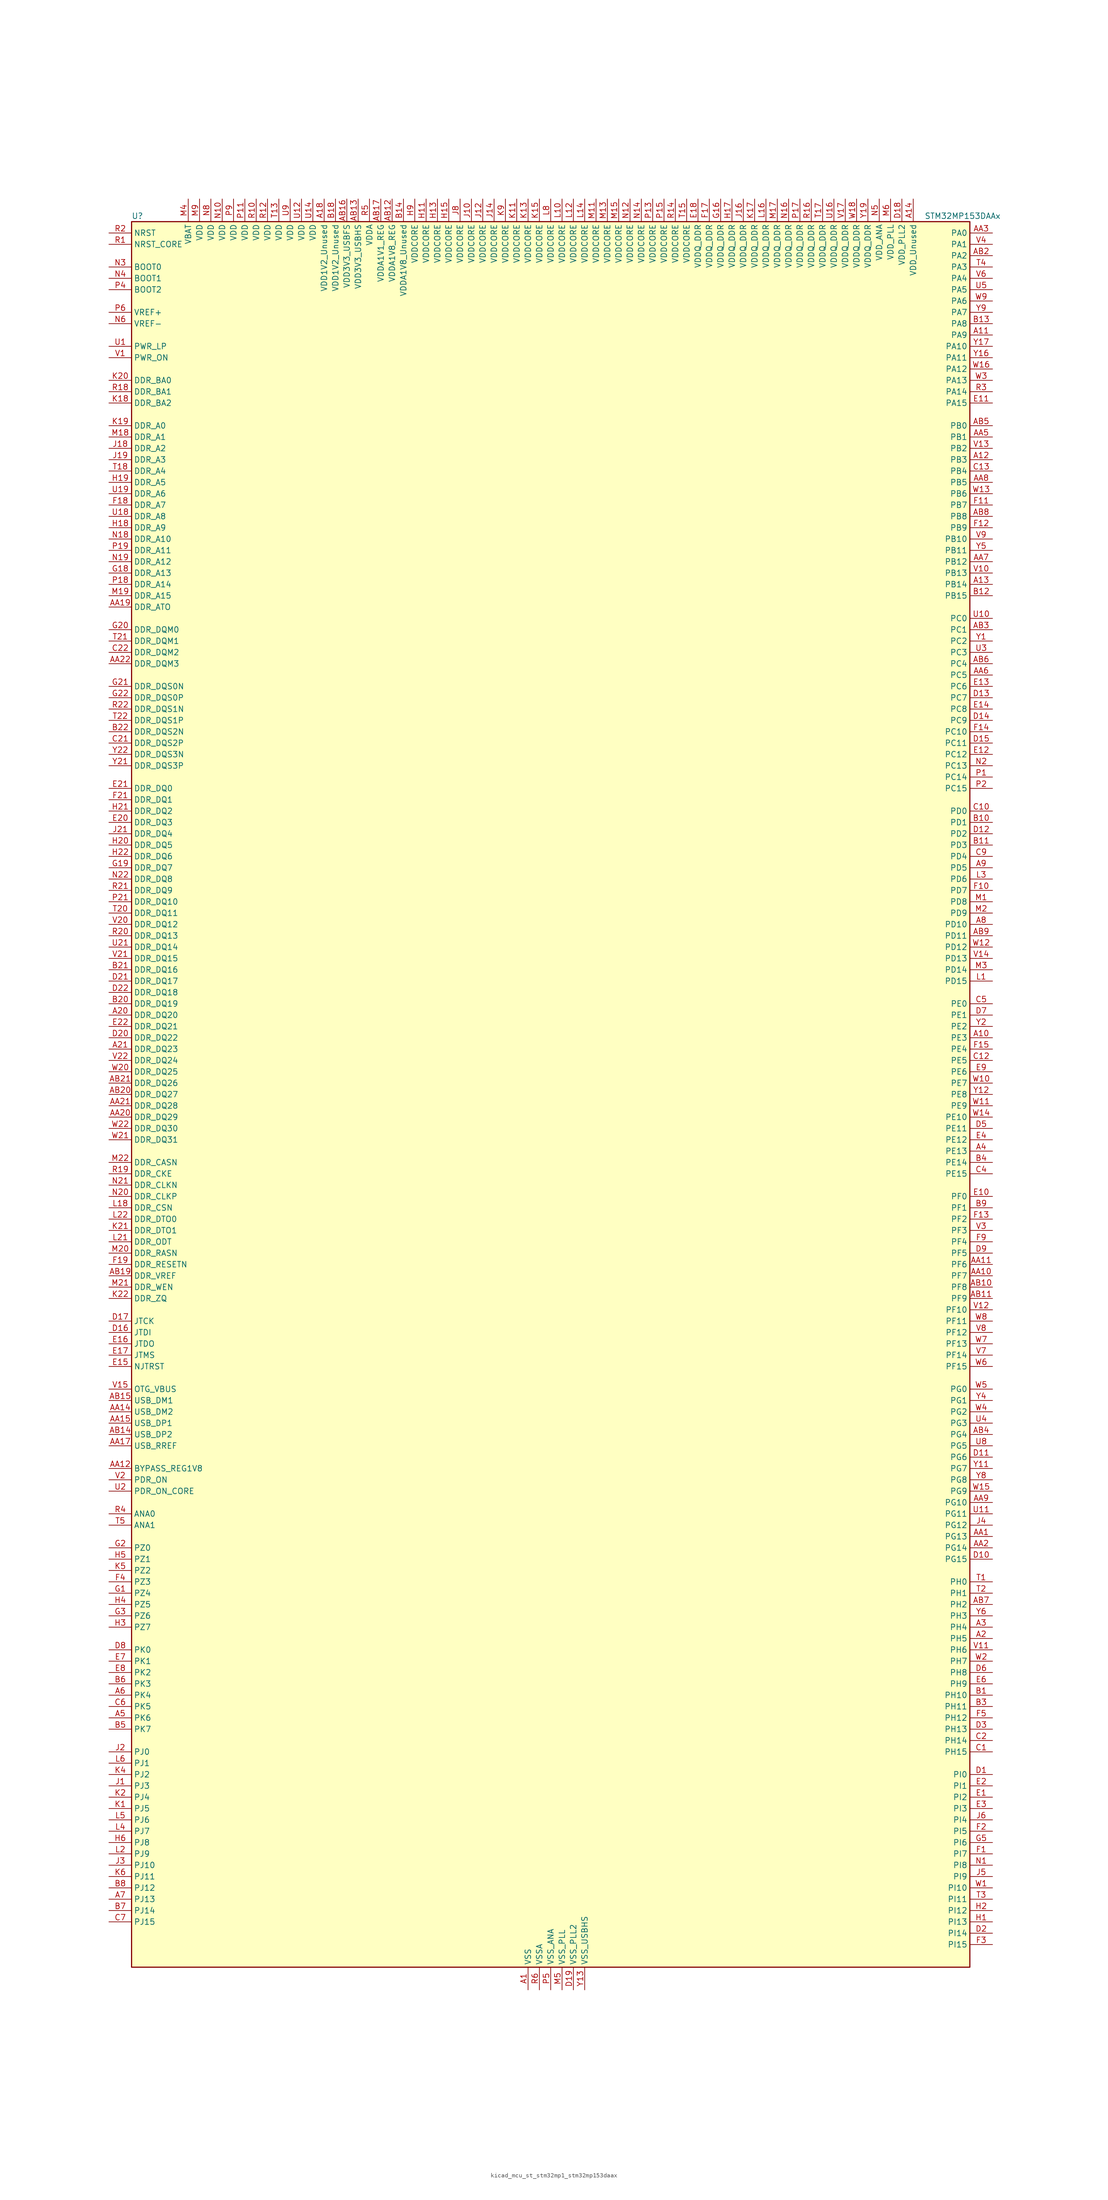
<source format=kicad_sym>
(kicad_symbol_lib
  (version 20220914)
  (generator kicad_symbol_editor)
  (symbol "kicad_mcu_st_stm32mp1_stm32mp153daax"
    (property "Reference" "U"
      (at -93.98 196.85 0)
      (effects (font (size 1.27 1.27)) (justify left)))
    (property "Value" "STM32MP153DAAx"
      (at 83.82 196.85 0)
      (effects (font (size 1.27 1.27)) (justify left)))
    (property "ki_locked" ""
      (at 0 0 0)
      (effects (font (size 1.27 1.27))))
    (symbol "kicad_mcu_st_stm32mp1_stm32mp153daax_0_1"
      (rectangle (start -93.98 -195.58) (end 93.98 195.58) (stroke (width 0.254) (type default)) (fill (type background))))
    (symbol "kicad_mcu_st_stm32mp1_stm32mp153daax_1_1"
      (pin power_in line (at -5.08 -200.66 90) (length 5.08) (name "VSS" (effects (font (size 1.27 1.27)))) (number "A1" (effects (font (size 1.27 1.27)))))
      (pin bidirectional line (at 99.06 12.7 180) (length 5.08) (name "PE3" (effects (font (size 1.27 1.27)))) (number "A10" (effects (font (size 1.27 1.27)))) (alternate "DEBUG_TRACED0" bidirectional line) (alternate "FMC_A19" bidirectional line) (alternate "SAI1_SD_B" bidirectional line) (alternate "SDMMC2_CK" bidirectional line) (alternate "TIM15_BKIN" bidirectional line))
      (pin bidirectional line (at 99.06 170.18 180) (length 5.08) (name "PA9" (effects (font (size 1.27 1.27)))) (number "A11" (effects (font (size 1.27 1.27)))) (alternate "DAC1_EXTI9" bidirectional line) (alternate "DCMI_D0" bidirectional line) (alternate "I2C3_SMBA" bidirectional line) (alternate "I2S2_CK" bidirectional line) (alternate "LTDC_R5" bidirectional line) (alternate "SDMMC2_CDIR" bidirectional line) (alternate "SDMMC2_D5" bidirectional line) (alternate "SPI2_SCK" bidirectional line) (alternate "TIM1_CH2" bidirectional line) (alternate "USART1_TX" bidirectional line))
      (pin bidirectional line (at 99.06 142.24 180) (length 5.08) (name "PB3" (effects (font (size 1.27 1.27)))) (number "A12" (effects (font (size 1.27 1.27)))) (alternate "DEBUG_TRACED9" bidirectional line) (alternate "I2S1_CK" bidirectional line) (alternate "I2S3_CK" bidirectional line) (alternate "SAI4_CK1" bidirectional line) (alternate "SAI4_MCLK_A" bidirectional line) (alternate "SDMMC2_D2" bidirectional line) (alternate "SPI1_SCK" bidirectional line) (alternate "SPI3_SCK" bidirectional line) (alternate "SPI6_SCK" bidirectional line) (alternate "TIM2_CH2" bidirectional line) (alternate "UART7_RX" bidirectional line))
      (pin bidirectional line (at 99.06 114.3 180) (length 5.08) (name "PB14" (effects (font (size 1.27 1.27)))) (number "A13" (effects (font (size 1.27 1.27)))) (alternate "DFSDM1_DATIN2" bidirectional line) (alternate "I2S2_SDI" bidirectional line) (alternate "SDMMC2_D0" bidirectional line) (alternate "SPI2_MISO" bidirectional line) (alternate "TIM12_CH1" bidirectional line) (alternate "TIM1_CH2N" bidirectional line) (alternate "TIM8_CH2N" bidirectional line) (alternate "USART1_TX" bidirectional line) (alternate "USART3_DE" bidirectional line) (alternate "USART3_RTS" bidirectional line))
      (pin power_in line (at 81.28 200.66 270) (length 5.08) (name "VDD_Unused" (effects (font (size 1.27 1.27)))) (number "A14" (effects (font (size 1.27 1.27)))))
      (pin no_connect line (at -93.98 -195.58 0) (length 5.08) hide (name "DNU" (effects (font (size 1.27 1.27)))) (number "A15" (effects (font (size 1.27 1.27)))))
      (pin no_connect line (at -93.98 -193.04 0) (length 5.08) hide (name "DNU" (effects (font (size 1.27 1.27)))) (number "A16" (effects (font (size 1.27 1.27)))))
      (pin no_connect line (at -93.98 -190.5 0) (length 5.08) hide (name "DNU" (effects (font (size 1.27 1.27)))) (number "A17" (effects (font (size 1.27 1.27)))))
      (pin power_in line (at -50.8 200.66 270) (length 5.08) (name "VDD1V2_Unused" (effects (font (size 1.27 1.27)))) (number "A18" (effects (font (size 1.27 1.27)))))
      (pin passive line (at -5.08 -200.66 90) (length 5.08) hide (name "VSS" (effects (font (size 1.27 1.27)))) (number "A19" (effects (font (size 1.27 1.27)))))
      (pin bidirectional line (at 99.06 -121.92 180) (length 5.08) (name "PH5" (effects (font (size 1.27 1.27)))) (number "A2" (effects (font (size 1.27 1.27)))) (alternate "I2C2_SDA" bidirectional line) (alternate "SAI4_SD_B" bidirectional line) (alternate "SPI5_NSS" bidirectional line))
      (pin bidirectional line (at -99.06 17.78 0) (length 5.08) (name "DDR_DQ20" (effects (font (size 1.27 1.27)))) (number "A20" (effects (font (size 1.27 1.27)))) (alternate "DDR_DQ20" bidirectional line))
      (pin bidirectional line (at -99.06 10.16 0) (length 5.08) (name "DDR_DQ23" (effects (font (size 1.27 1.27)))) (number "A21" (effects (font (size 1.27 1.27)))) (alternate "DDR_DQ23" bidirectional line))
      (pin passive line (at -5.08 -200.66 90) (length 5.08) hide (name "VSS" (effects (font (size 1.27 1.27)))) (number "A22" (effects (font (size 1.27 1.27)))))
      (pin bidirectional line (at 99.06 -119.38 180) (length 5.08) (name "PH4" (effects (font (size 1.27 1.27)))) (number "A3" (effects (font (size 1.27 1.27)))) (alternate "I2C2_SCL" bidirectional line) (alternate "LTDC_G4" bidirectional line) (alternate "LTDC_G5" bidirectional line))
      (pin bidirectional line (at 99.06 -12.7 180) (length 5.08) (name "PE13" (effects (font (size 1.27 1.27)))) (number "A4" (effects (font (size 1.27 1.27)))) (alternate "DCMI_D6" bidirectional line) (alternate "DFSDM1_CKIN5" bidirectional line) (alternate "FMC_D10" bidirectional line) (alternate "FMC_DA10" bidirectional line) (alternate "HDP_HDP2" bidirectional line) (alternate "LTDC_DE" bidirectional line) (alternate "SAI2_FS_B" bidirectional line) (alternate "SPI4_MISO" bidirectional line) (alternate "TIM1_CH3" bidirectional line))
      (pin bidirectional line (at -99.06 -139.7 0) (length 5.08) (name "PK6" (effects (font (size 1.27 1.27)))) (number "A5" (effects (font (size 1.27 1.27)))) (alternate "DEBUG_TRACED7" bidirectional line) (alternate "HDP_HDP7" bidirectional line) (alternate "LTDC_B7" bidirectional line))
      (pin bidirectional line (at -99.06 -134.62 0) (length 5.08) (name "PK4" (effects (font (size 1.27 1.27)))) (number "A6" (effects (font (size 1.27 1.27)))) (alternate "LTDC_B5" bidirectional line))
      (pin bidirectional line (at -99.06 -180.34 0) (length 5.08) (name "PJ13" (effects (font (size 1.27 1.27)))) (number "A7" (effects (font (size 1.27 1.27)))) (alternate "LTDC_B1" bidirectional line) (alternate "LTDC_G4" bidirectional line))
      (pin bidirectional line (at 99.06 38.1 180) (length 5.08) (name "PD10" (effects (font (size 1.27 1.27)))) (number "A8" (effects (font (size 1.27 1.27)))) (alternate "DFSDM1_CKOUT" bidirectional line) (alternate "FMC_D15" bidirectional line) (alternate "FMC_DA15" bidirectional line) (alternate "I2C5_SMBA" bidirectional line) (alternate "I2S3_SDI" bidirectional line) (alternate "LTDC_B3" bidirectional line) (alternate "RTC_REFIN" bidirectional line) (alternate "SAI3_FS_B" bidirectional line) (alternate "SPI3_MISO" bidirectional line) (alternate "TIM16_BKIN" bidirectional line) (alternate "USART3_CK" bidirectional line))
      (pin bidirectional line (at 99.06 50.8 180) (length 5.08) (name "PD5" (effects (font (size 1.27 1.27)))) (number "A9" (effects (font (size 1.27 1.27)))) (alternate "FMC_NWE" bidirectional line) (alternate "SDMMC3_D2" bidirectional line) (alternate "USART2_TX" bidirectional line))
      (pin bidirectional line (at 99.06 -99.06 180) (length 5.08) (name "PG13" (effects (font (size 1.27 1.27)))) (number "AA1" (effects (font (size 1.27 1.27)))) (alternate "DEBUG_TRACED0" bidirectional line) (alternate "ETH1_TXD0" bidirectional line) (alternate "FMC_A24" bidirectional line) (alternate "LPTIM1_OUT" bidirectional line) (alternate "LTDC_R0" bidirectional line) (alternate "SAI1_CK2" bidirectional line) (alternate "SAI1_SCK_A" bidirectional line) (alternate "SAI4_CK1" bidirectional line) (alternate "SAI4_MCLK_A" bidirectional line) (alternate "SPI6_SCK" bidirectional line) (alternate "USART6_CTS" bidirectional line) (alternate "USART6_NSS" bidirectional line))
      (pin bidirectional line (at 99.06 -40.64 180) (length 5.08) (name "PF7" (effects (font (size 1.27 1.27)))) (number "AA10" (effects (font (size 1.27 1.27)))) (alternate "QUADSPI_BK1_IO2" bidirectional line) (alternate "SAI1_MCLK_B" bidirectional line) (alternate "SPI5_SCK" bidirectional line) (alternate "TIM17_CH1" bidirectional line) (alternate "UART7_TX" bidirectional line))
      (pin bidirectional line (at 99.06 -38.1 180) (length 5.08) (name "PF6" (effects (font (size 1.27 1.27)))) (number "AA11" (effects (font (size 1.27 1.27)))) (alternate "QUADSPI_BK1_IO3" bidirectional line) (alternate "SAI1_SD_B" bidirectional line) (alternate "SAI4_SCK_B" bidirectional line) (alternate "SPI5_NSS" bidirectional line) (alternate "TIM16_CH1" bidirectional line) (alternate "UART7_RX" bidirectional line))
      (pin bidirectional line (at -99.06 -83.82 0) (length 5.08) (name "BYPASS_REG1V8" (effects (font (size 1.27 1.27)))) (number "AA12" (effects (font (size 1.27 1.27)))))
      (pin passive line (at 7.62 -200.66 90) (length 5.08) hide (name "VSS_USBHS" (effects (font (size 1.27 1.27)))) (number "AA13" (effects (font (size 1.27 1.27)))))
      (pin bidirectional line (at -99.06 -71.12 0) (length 5.08) (name "USB_DM2" (effects (font (size 1.27 1.27)))) (number "AA14" (effects (font (size 1.27 1.27)))) (alternate "USBH_HS2_DM" bidirectional line) (alternate "USB_OTG_HS_DM" bidirectional line))
      (pin bidirectional line (at -99.06 -73.66 0) (length 5.08) (name "USB_DP1" (effects (font (size 1.27 1.27)))) (number "AA15" (effects (font (size 1.27 1.27)))) (alternate "USBH_HS1_DP" bidirectional line))
      (pin passive line (at 7.62 -200.66 90) (length 5.08) hide (name "VSS_USBHS" (effects (font (size 1.27 1.27)))) (number "AA16" (effects (font (size 1.27 1.27)))))
      (pin bidirectional line (at -99.06 -78.74 0) (length 5.08) (name "USB_RREF" (effects (font (size 1.27 1.27)))) (number "AA17" (effects (font (size 1.27 1.27)))))
      (pin passive line (at -5.08 -200.66 90) (length 5.08) hide (name "VSS" (effects (font (size 1.27 1.27)))) (number "AA18" (effects (font (size 1.27 1.27)))))
      (pin bidirectional line (at -99.06 109.22 0) (length 5.08) (name "DDR_ATO" (effects (font (size 1.27 1.27)))) (number "AA19" (effects (font (size 1.27 1.27)))) (alternate "DDR_ATO" bidirectional line))
      (pin bidirectional line (at 99.06 -101.6 180) (length 5.08) (name "PG14" (effects (font (size 1.27 1.27)))) (number "AA2" (effects (font (size 1.27 1.27)))) (alternate "DEBUG_TRACED1" bidirectional line) (alternate "ETH1_TXD1" bidirectional line) (alternate "FMC_A25" bidirectional line) (alternate "LPTIM1_ETR" bidirectional line) (alternate "LTDC_B0" bidirectional line) (alternate "QUADSPI_BK2_IO3" bidirectional line) (alternate "SAI4_D1" bidirectional line) (alternate "SAI4_SD_A" bidirectional line) (alternate "SPI6_MOSI" bidirectional line) (alternate "USART6_TX" bidirectional line))
      (pin bidirectional line (at -99.06 -5.08 0) (length 5.08) (name "DDR_DQ29" (effects (font (size 1.27 1.27)))) (number "AA20" (effects (font (size 1.27 1.27)))) (alternate "DDR_DQ29" bidirectional line))
      (pin bidirectional line (at -99.06 -2.54 0) (length 5.08) (name "DDR_DQ28" (effects (font (size 1.27 1.27)))) (number "AA21" (effects (font (size 1.27 1.27)))) (alternate "DDR_DQ28" bidirectional line))
      (pin bidirectional line (at -99.06 96.52 0) (length 5.08) (name "DDR_DQM3" (effects (font (size 1.27 1.27)))) (number "AA22" (effects (font (size 1.27 1.27)))) (alternate "DDR_DQM3" bidirectional line))
      (pin bidirectional line (at 99.06 193.04 180) (length 5.08) (name "PA0" (effects (font (size 1.27 1.27)))) (number "AA3" (effects (font (size 1.27 1.27)))) (alternate "ADC1_INP16" bidirectional line) (alternate "ETH1_CRS" bidirectional line) (alternate "PWR_WKUP1" bidirectional line) (alternate "SAI2_SD_B" bidirectional line) (alternate "SDMMC2_CMD" bidirectional line) (alternate "TIM15_BKIN" bidirectional line) (alternate "TIM2_CH1" bidirectional line) (alternate "TIM2_ETR" bidirectional line) (alternate "TIM5_CH1" bidirectional line) (alternate "TIM8_ETR" bidirectional line) (alternate "UART4_TX" bidirectional line) (alternate "USART2_CTS" bidirectional line) (alternate "USART2_NSS" bidirectional line))
      (pin passive line (at -5.08 -200.66 90) (length 5.08) hide (name "VSS" (effects (font (size 1.27 1.27)))) (number "AA4" (effects (font (size 1.27 1.27)))))
      (pin bidirectional line (at 99.06 147.32 180) (length 5.08) (name "PB1" (effects (font (size 1.27 1.27)))) (number "AA5" (effects (font (size 1.27 1.27)))) (alternate "ADC1_INP5" bidirectional line) (alternate "ADC2_INP5" bidirectional line) (alternate "DFSDM1_DATIN1" bidirectional line) (alternate "ETH1_RXD3" bidirectional line) (alternate "LTDC_G0" bidirectional line) (alternate "LTDC_R6" bidirectional line) (alternate "TIM1_CH3N" bidirectional line) (alternate "TIM3_CH4" bidirectional line) (alternate "TIM8_CH3N" bidirectional line))
      (pin bidirectional line (at 99.06 93.98 180) (length 5.08) (name "PC5" (effects (font (size 1.27 1.27)))) (number "AA6" (effects (font (size 1.27 1.27)))) (alternate "ADC1_INN4" bidirectional line) (alternate "ADC1_INP8" bidirectional line) (alternate "ADC2_INN4" bidirectional line) (alternate "ADC2_INP8" bidirectional line) (alternate "DFSDM1_DATIN2" bidirectional line) (alternate "ETH1_RXD1" bidirectional line) (alternate "SAI1_D3" bidirectional line) (alternate "SAI1_D4" bidirectional line) (alternate "SAI4_D3" bidirectional line) (alternate "SAI4_D4" bidirectional line) (alternate "SPDIFRX_IN3" bidirectional line))
      (pin bidirectional line (at 99.06 119.38 180) (length 5.08) (name "PB12" (effects (font (size 1.27 1.27)))) (number "AA7" (effects (font (size 1.27 1.27)))) (alternate "DFSDM1_DATIN1" bidirectional line) (alternate "ETH1_TXD0" bidirectional line) (alternate "FDCAN2_RX" bidirectional line) (alternate "I2C2_SMBA" bidirectional line) (alternate "I2C6_SMBA" bidirectional line) (alternate "I2S2_WS" bidirectional line) (alternate "SPI2_NSS" bidirectional line) (alternate "TIM1_BKIN" bidirectional line) (alternate "UART5_RX" bidirectional line) (alternate "USART3_CK" bidirectional line) (alternate "USART3_RX" bidirectional line))
      (pin bidirectional line (at 99.06 137.16 180) (length 5.08) (name "PB5" (effects (font (size 1.27 1.27)))) (number "AA8" (effects (font (size 1.27 1.27)))) (alternate "DCMI_D10" bidirectional line) (alternate "ETH1_CLK" bidirectional line) (alternate "ETH1_PPS_OUT" bidirectional line) (alternate "FDCAN2_RX" bidirectional line) (alternate "I2C1_SMBA" bidirectional line) (alternate "I2C4_SMBA" bidirectional line) (alternate "I2S1_SDO" bidirectional line) (alternate "I2S3_SDO" bidirectional line) (alternate "LTDC_G7" bidirectional line) (alternate "SAI4_D1" bidirectional line) (alternate "SAI4_SD_A" bidirectional line) (alternate "SPI1_MOSI" bidirectional line) (alternate "SPI3_MOSI" bidirectional line) (alternate "SPI6_MOSI" bidirectional line) (alternate "TIM17_BKIN" bidirectional line) (alternate "TIM3_CH2" bidirectional line) (alternate "UART5_RX" bidirectional line))
      (pin bidirectional line (at 99.06 -91.44 180) (length 5.08) (name "PG10" (effects (font (size 1.27 1.27)))) (number "AA9" (effects (font (size 1.27 1.27)))) (alternate "DCMI_D2" bidirectional line) (alternate "DEBUG_TRACED10" bidirectional line) (alternate "FMC_NE3" bidirectional line) (alternate "LTDC_B2" bidirectional line) (alternate "LTDC_G3" bidirectional line) (alternate "QUADSPI_BK2_IO2" bidirectional line) (alternate "SAI2_SD_B" bidirectional line) (alternate "UART8_CTS" bidirectional line))
      (pin passive line (at -5.08 -200.66 90) (length 5.08) hide (name "VSS" (effects (font (size 1.27 1.27)))) (number "AB1" (effects (font (size 1.27 1.27)))))
      (pin bidirectional line (at 99.06 -43.18 180) (length 5.08) (name "PF8" (effects (font (size 1.27 1.27)))) (number "AB10" (effects (font (size 1.27 1.27)))) (alternate "DEBUG_TRACED12" bidirectional line) (alternate "QUADSPI_BK1_IO0" bidirectional line) (alternate "SAI1_SCK_B" bidirectional line) (alternate "SPI5_MISO" bidirectional line) (alternate "TIM13_CH1" bidirectional line) (alternate "TIM16_CH1N" bidirectional line) (alternate "UART7_DE" bidirectional line) (alternate "UART7_RTS" bidirectional line))
      (pin bidirectional line (at 99.06 -45.72 180) (length 5.08) (name "PF9" (effects (font (size 1.27 1.27)))) (number "AB11" (effects (font (size 1.27 1.27)))) (alternate "DAC1_EXTI9" bidirectional line) (alternate "DEBUG_TRACED13" bidirectional line) (alternate "QUADSPI_BK1_IO1" bidirectional line) (alternate "SAI1_FS_B" bidirectional line) (alternate "SPI5_MOSI" bidirectional line) (alternate "TIM14_CH1" bidirectional line) (alternate "TIM17_CH1N" bidirectional line) (alternate "UART7_CTS" bidirectional line))
      (pin power_in line (at -35.56 200.66 270) (length 5.08) (name "VDDA1V8_REG" (effects (font (size 1.27 1.27)))) (number "AB12" (effects (font (size 1.27 1.27)))))
      (pin power_in line (at -43.18 200.66 270) (length 5.08) (name "VDD3V3_USBHS" (effects (font (size 1.27 1.27)))) (number "AB13" (effects (font (size 1.27 1.27)))))
      (pin bidirectional line (at -99.06 -76.2 0) (length 5.08) (name "USB_DP2" (effects (font (size 1.27 1.27)))) (number "AB14" (effects (font (size 1.27 1.27)))) (alternate "USBH_HS2_DP" bidirectional line) (alternate "USB_OTG_HS_DP" bidirectional line))
      (pin bidirectional line (at -99.06 -68.58 0) (length 5.08) (name "USB_DM1" (effects (font (size 1.27 1.27)))) (number "AB15" (effects (font (size 1.27 1.27)))) (alternate "USBH_HS1_DM" bidirectional line))
      (pin power_in line (at -45.72 200.66 270) (length 5.08) (name "VDD3V3_USBFS" (effects (font (size 1.27 1.27)))) (number "AB16" (effects (font (size 1.27 1.27)))))
      (pin power_in line (at -38.1 200.66 270) (length 5.08) (name "VDDA1V1_REG" (effects (font (size 1.27 1.27)))) (number "AB17" (effects (font (size 1.27 1.27)))))
      (pin passive line (at -5.08 -200.66 90) (length 5.08) hide (name "VSS" (effects (font (size 1.27 1.27)))) (number "AB18" (effects (font (size 1.27 1.27)))))
      (pin bidirectional line (at -99.06 -40.64 0) (length 5.08) (name "DDR_VREF" (effects (font (size 1.27 1.27)))) (number "AB19" (effects (font (size 1.27 1.27)))) (alternate "DDR_VREF" bidirectional line))
      (pin bidirectional line (at 99.06 187.96 180) (length 5.08) (name "PA2" (effects (font (size 1.27 1.27)))) (number "AB2" (effects (font (size 1.27 1.27)))) (alternate "ADC1_INP14" bidirectional line) (alternate "ETH1_MDIO" bidirectional line) (alternate "LPTIM4_OUT" bidirectional line) (alternate "LTDC_R1" bidirectional line) (alternate "PWR_WKUP2" bidirectional line) (alternate "SAI2_SCK_B" bidirectional line) (alternate "SDMMC2_D0DIR" bidirectional line) (alternate "TIM15_CH1" bidirectional line) (alternate "TIM2_CH3" bidirectional line) (alternate "TIM5_CH3" bidirectional line) (alternate "USART2_TX" bidirectional line))
      (pin bidirectional line (at -99.06 0 0) (length 5.08) (name "DDR_DQ27" (effects (font (size 1.27 1.27)))) (number "AB20" (effects (font (size 1.27 1.27)))) (alternate "DDR_DQ27" bidirectional line))
      (pin bidirectional line (at -99.06 2.54 0) (length 5.08) (name "DDR_DQ26" (effects (font (size 1.27 1.27)))) (number "AB21" (effects (font (size 1.27 1.27)))) (alternate "DDR_DQ26" bidirectional line))
      (pin passive line (at -5.08 -200.66 90) (length 5.08) hide (name "VSS" (effects (font (size 1.27 1.27)))) (number "AB22" (effects (font (size 1.27 1.27)))))
      (pin bidirectional line (at 99.06 104.14 180) (length 5.08) (name "PC1" (effects (font (size 1.27 1.27)))) (number "AB3" (effects (font (size 1.27 1.27)))) (alternate "ADC1_INN10" bidirectional line) (alternate "ADC1_INP11" bidirectional line) (alternate "ADC2_INN10" bidirectional line) (alternate "ADC2_INP11" bidirectional line) (alternate "DEBUG_TRACED0" bidirectional line) (alternate "DFSDM1_CKIN4" bidirectional line) (alternate "DFSDM1_DATIN0" bidirectional line) (alternate "ETH1_MDC" bidirectional line) (alternate "I2S2_SDO" bidirectional line) (alternate "PWR_WKUP6" bidirectional line) (alternate "SAI1_D1" bidirectional line) (alternate "SAI1_SD_A" bidirectional line) (alternate "SDMMC2_CK" bidirectional line) (alternate "SPI2_MOSI" bidirectional line) (alternate "TAMP_IN3" bidirectional line))
      (pin bidirectional line (at 99.06 -76.2 180) (length 5.08) (name "PG4" (effects (font (size 1.27 1.27)))) (number "AB4" (effects (font (size 1.27 1.27)))) (alternate "ETH1_GTX_CLK" bidirectional line) (alternate "FMC_A14" bidirectional line) (alternate "TIM1_BKIN2" bidirectional line))
      (pin bidirectional line (at 99.06 149.86 180) (length 5.08) (name "PB0" (effects (font (size 1.27 1.27)))) (number "AB5" (effects (font (size 1.27 1.27)))) (alternate "ADC1_INN5" bidirectional line) (alternate "ADC1_INP9" bidirectional line) (alternate "ADC2_INN5" bidirectional line) (alternate "ADC2_INP9" bidirectional line) (alternate "DFSDM1_CKOUT" bidirectional line) (alternate "ETH1_RXD2" bidirectional line) (alternate "LTDC_G1" bidirectional line) (alternate "LTDC_R3" bidirectional line) (alternate "TIM1_CH2N" bidirectional line) (alternate "TIM3_CH3" bidirectional line) (alternate "TIM8_CH2N" bidirectional line) (alternate "UART4_CTS" bidirectional line))
      (pin bidirectional line (at 99.06 96.52 180) (length 5.08) (name "PC4" (effects (font (size 1.27 1.27)))) (number "AB6" (effects (font (size 1.27 1.27)))) (alternate "ADC1_INP4" bidirectional line) (alternate "ADC2_INP4" bidirectional line) (alternate "DFSDM1_CKIN2" bidirectional line) (alternate "ETH1_RXD0" bidirectional line) (alternate "I2S1_MCK" bidirectional line) (alternate "SPDIFRX_IN2" bidirectional line))
      (pin bidirectional line (at 99.06 -114.3 180) (length 5.08) (name "PH2" (effects (font (size 1.27 1.27)))) (number "AB7" (effects (font (size 1.27 1.27)))) (alternate "ETH1_CRS" bidirectional line) (alternate "LPTIM1_IN2" bidirectional line) (alternate "LTDC_R0" bidirectional line) (alternate "QUADSPI_BK2_IO0" bidirectional line) (alternate "SAI2_SCK_B" bidirectional line))
      (pin bidirectional line (at 99.06 129.54 180) (length 5.08) (name "PB8" (effects (font (size 1.27 1.27)))) (number "AB8" (effects (font (size 1.27 1.27)))) (alternate "DCMI_D6" bidirectional line) (alternate "DFSDM1_CKIN7" bidirectional line) (alternate "ETH1_TXD3" bidirectional line) (alternate "FDCAN1_RX" bidirectional line) (alternate "HDP_HDP6" bidirectional line) (alternate "I2C1_SCL" bidirectional line) (alternate "I2C4_SCL" bidirectional line) (alternate "LTDC_B6" bidirectional line) (alternate "SDMMC1_CKIN" bidirectional line) (alternate "SDMMC1_D4" bidirectional line) (alternate "SDMMC2_CKIN" bidirectional line) (alternate "SDMMC2_D4" bidirectional line) (alternate "TIM16_CH1" bidirectional line) (alternate "TIM4_CH3" bidirectional line) (alternate "UART4_RX" bidirectional line))
      (pin bidirectional line (at 99.06 35.56 180) (length 5.08) (name "PD11" (effects (font (size 1.27 1.27)))) (number "AB9" (effects (font (size 1.27 1.27)))) (alternate "ADC1_EXTI11" bidirectional line) (alternate "ADC2_EXTI11" bidirectional line) (alternate "FMC_A16" bidirectional line) (alternate "FMC_CLE" bidirectional line) (alternate "I2C1_SMBA" bidirectional line) (alternate "I2C4_SMBA" bidirectional line) (alternate "LPTIM2_IN2" bidirectional line) (alternate "QUADSPI_BK1_IO0" bidirectional line) (alternate "SAI2_SD_A" bidirectional line) (alternate "USART3_CTS" bidirectional line) (alternate "USART3_NSS" bidirectional line))
      (pin bidirectional line (at 99.06 -134.62 180) (length 5.08) (name "PH10" (effects (font (size 1.27 1.27)))) (number "B1" (effects (font (size 1.27 1.27)))) (alternate "DCMI_D1" bidirectional line) (alternate "I2C1_SMBA" bidirectional line) (alternate "I2C4_SMBA" bidirectional line) (alternate "LTDC_R4" bidirectional line) (alternate "TIM5_CH1" bidirectional line))
      (pin bidirectional line (at 99.06 60.96 180) (length 5.08) (name "PD1" (effects (font (size 1.27 1.27)))) (number "B10" (effects (font (size 1.27 1.27)))) (alternate "DFSDM1_CKIN7" bidirectional line) (alternate "DFSDM1_DATIN6" bidirectional line) (alternate "FDCAN1_TX" bidirectional line) (alternate "FMC_D3" bidirectional line) (alternate "FMC_DA3" bidirectional line) (alternate "I2C5_SCL" bidirectional line) (alternate "I2C6_SCL" bidirectional line) (alternate "SAI3_SD_A" bidirectional line) (alternate "SDMMC3_D0" bidirectional line) (alternate "UART4_TX" bidirectional line))
      (pin bidirectional line (at 99.06 55.88 180) (length 5.08) (name "PD3" (effects (font (size 1.27 1.27)))) (number "B11" (effects (font (size 1.27 1.27)))) (alternate "DCMI_D5" bidirectional line) (alternate "DFSDM1_CKOUT" bidirectional line) (alternate "DFSDM1_DATIN0" bidirectional line) (alternate "FMC_CLK" bidirectional line) (alternate "HDP_HDP5" bidirectional line) (alternate "I2S2_CK" bidirectional line) (alternate "LTDC_G7" bidirectional line) (alternate "SDMMC1_D123DIR" bidirectional line) (alternate "SDMMC1_D7" bidirectional line) (alternate "SDMMC2_D123DIR" bidirectional line) (alternate "SDMMC2_D7" bidirectional line) (alternate "SPI2_SCK" bidirectional line) (alternate "USART2_CTS" bidirectional line) (alternate "USART2_NSS" bidirectional line))
      (pin bidirectional line (at 99.06 111.76 180) (length 5.08) (name "PB15" (effects (font (size 1.27 1.27)))) (number "B12" (effects (font (size 1.27 1.27)))) (alternate "ADC1_EXTI15" bidirectional line) (alternate "ADC2_EXTI15" bidirectional line) (alternate "DFSDM1_CKIN2" bidirectional line) (alternate "I2S2_SDO" bidirectional line) (alternate "RTC_REFIN" bidirectional line) (alternate "SDMMC2_D1" bidirectional line) (alternate "SPI2_MOSI" bidirectional line) (alternate "TIM12_CH2" bidirectional line) (alternate "TIM1_CH3N" bidirectional line) (alternate "TIM8_CH3N" bidirectional line) (alternate "USART1_RX" bidirectional line))
      (pin bidirectional line (at 99.06 172.72 180) (length 5.08) (name "PA8" (effects (font (size 1.27 1.27)))) (number "B13" (effects (font (size 1.27 1.27)))) (alternate "I2C3_SCL" bidirectional line) (alternate "I2S3_SDO" bidirectional line) (alternate "LTDC_R6" bidirectional line) (alternate "RCC_MCO_1" bidirectional line) (alternate "SAI4_SD_B" bidirectional line) (alternate "SDMMC2_CKIN" bidirectional line) (alternate "SDMMC2_D4" bidirectional line) (alternate "SPI3_MOSI" bidirectional line) (alternate "TIM1_CH1" bidirectional line) (alternate "TIM8_BKIN2" bidirectional line) (alternate "UART7_RX" bidirectional line) (alternate "USART1_CK" bidirectional line) (alternate "USB_OTG_HS_SOF" bidirectional line))
      (pin power_in line (at -33.02 200.66 270) (length 5.08) (name "VDDA1V8_Unused" (effects (font (size 1.27 1.27)))) (number "B14" (effects (font (size 1.27 1.27)))))
      (pin no_connect line (at -93.98 -187.96 0) (length 5.08) hide (name "DNU" (effects (font (size 1.27 1.27)))) (number "B15" (effects (font (size 1.27 1.27)))))
      (pin no_connect line (at -93.98 -185.42 0) (length 5.08) hide (name "DNU" (effects (font (size 1.27 1.27)))) (number "B16" (effects (font (size 1.27 1.27)))))
      (pin no_connect line (at -93.98 -182.88 0) (length 5.08) hide (name "DNU" (effects (font (size 1.27 1.27)))) (number "B17" (effects (font (size 1.27 1.27)))))
      (pin power_in line (at -48.26 200.66 270) (length 5.08) (name "VDD1V2_Unused" (effects (font (size 1.27 1.27)))) (number "B18" (effects (font (size 1.27 1.27)))))
      (pin passive line (at -5.08 -200.66 90) (length 5.08) hide (name "VSS" (effects (font (size 1.27 1.27)))) (number "B19" (effects (font (size 1.27 1.27)))))
      (pin passive line (at -5.08 -200.66 90) (length 5.08) hide (name "VSS" (effects (font (size 1.27 1.27)))) (number "B2" (effects (font (size 1.27 1.27)))))
      (pin bidirectional line (at -99.06 20.32 0) (length 5.08) (name "DDR_DQ19" (effects (font (size 1.27 1.27)))) (number "B20" (effects (font (size 1.27 1.27)))) (alternate "DDR_DQ19" bidirectional line))
      (pin bidirectional line (at -99.06 27.94 0) (length 5.08) (name "DDR_DQ16" (effects (font (size 1.27 1.27)))) (number "B21" (effects (font (size 1.27 1.27)))) (alternate "DDR_DQ16" bidirectional line))
      (pin bidirectional line (at -99.06 81.28 0) (length 5.08) (name "DDR_DQS2N" (effects (font (size 1.27 1.27)))) (number "B22" (effects (font (size 1.27 1.27)))) (alternate "DDR_DQS2N" bidirectional line))
      (pin bidirectional line (at 99.06 -137.16 180) (length 5.08) (name "PH11" (effects (font (size 1.27 1.27)))) (number "B3" (effects (font (size 1.27 1.27)))) (alternate "ADC1_EXTI11" bidirectional line) (alternate "ADC2_EXTI11" bidirectional line) (alternate "DCMI_D2" bidirectional line) (alternate "I2C1_SCL" bidirectional line) (alternate "I2C4_SCL" bidirectional line) (alternate "LTDC_R5" bidirectional line) (alternate "TIM5_CH2" bidirectional line))
      (pin bidirectional line (at 99.06 -15.24 180) (length 5.08) (name "PE14" (effects (font (size 1.27 1.27)))) (number "B4" (effects (font (size 1.27 1.27)))) (alternate "FMC_D11" bidirectional line) (alternate "FMC_DA11" bidirectional line) (alternate "LTDC_CLK" bidirectional line) (alternate "LTDC_G0" bidirectional line) (alternate "SAI2_MCLK_B" bidirectional line) (alternate "SDMMC1_D123DIR" bidirectional line) (alternate "SPI4_MOSI" bidirectional line) (alternate "TIM1_CH4" bidirectional line) (alternate "UART8_DE" bidirectional line) (alternate "UART8_RTS" bidirectional line))
      (pin bidirectional line (at -99.06 -142.24 0) (length 5.08) (name "PK7" (effects (font (size 1.27 1.27)))) (number "B5" (effects (font (size 1.27 1.27)))) (alternate "LTDC_DE" bidirectional line))
      (pin bidirectional line (at -99.06 -132.08 0) (length 5.08) (name "PK3" (effects (font (size 1.27 1.27)))) (number "B6" (effects (font (size 1.27 1.27)))) (alternate "LTDC_B4" bidirectional line))
      (pin bidirectional line (at -99.06 -182.88 0) (length 5.08) (name "PJ14" (effects (font (size 1.27 1.27)))) (number "B7" (effects (font (size 1.27 1.27)))) (alternate "LTDC_B2" bidirectional line))
      (pin bidirectional line (at -99.06 -177.8 0) (length 5.08) (name "PJ12" (effects (font (size 1.27 1.27)))) (number "B8" (effects (font (size 1.27 1.27)))) (alternate "LTDC_B0" bidirectional line) (alternate "LTDC_G3" bidirectional line))
      (pin bidirectional line (at 99.06 -25.4 180) (length 5.08) (name "PF1" (effects (font (size 1.27 1.27)))) (number "B9" (effects (font (size 1.27 1.27)))) (alternate "FMC_A1" bidirectional line) (alternate "I2C2_SCL" bidirectional line) (alternate "SDMMC3_CDIR" bidirectional line) (alternate "SDMMC3_CMD" bidirectional line))
      (pin bidirectional line (at 99.06 -147.32 180) (length 5.08) (name "PH15" (effects (font (size 1.27 1.27)))) (number "C1" (effects (font (size 1.27 1.27)))) (alternate "ADC1_EXTI15" bidirectional line) (alternate "ADC2_EXTI15" bidirectional line) (alternate "DCMI_D11" bidirectional line) (alternate "LTDC_G4" bidirectional line) (alternate "TIM8_CH3N" bidirectional line))
      (pin bidirectional line (at 99.06 63.5 180) (length 5.08) (name "PD0" (effects (font (size 1.27 1.27)))) (number "C10" (effects (font (size 1.27 1.27)))) (alternate "DFSDM1_CKIN6" bidirectional line) (alternate "DFSDM1_DATIN7" bidirectional line) (alternate "FDCAN1_RX" bidirectional line) (alternate "FMC_D2" bidirectional line) (alternate "FMC_DA2" bidirectional line) (alternate "I2C5_SDA" bidirectional line) (alternate "I2C6_SDA" bidirectional line) (alternate "SAI3_SCK_A" bidirectional line) (alternate "SDMMC3_CMD" bidirectional line) (alternate "UART4_RX" bidirectional line))
      (pin passive line (at -5.08 -200.66 90) (length 5.08) hide (name "VSS" (effects (font (size 1.27 1.27)))) (number "C11" (effects (font (size 1.27 1.27)))))
      (pin bidirectional line (at 99.06 7.62 180) (length 5.08) (name "PE5" (effects (font (size 1.27 1.27)))) (number "C12" (effects (font (size 1.27 1.27)))) (alternate "DCMI_D6" bidirectional line) (alternate "DEBUG_TRACED3" bidirectional line) (alternate "DFSDM1_CKIN3" bidirectional line) (alternate "FMC_A21" bidirectional line) (alternate "LTDC_G0" bidirectional line) (alternate "SAI1_CK2" bidirectional line) (alternate "SAI1_SCK_A" bidirectional line) (alternate "SDMMC1_D0DIR" bidirectional line) (alternate "SDMMC1_D6" bidirectional line) (alternate "SDMMC2_D0DIR" bidirectional line) (alternate "SDMMC2_D6" bidirectional line) (alternate "SPI4_MISO" bidirectional line) (alternate "TIM15_CH1" bidirectional line))
      (pin bidirectional line (at 99.06 139.7 180) (length 5.08) (name "PB4" (effects (font (size 1.27 1.27)))) (number "C13" (effects (font (size 1.27 1.27)))) (alternate "DEBUG_TRACED8" bidirectional line) (alternate "I2S1_SDI" bidirectional line) (alternate "I2S2_WS" bidirectional line) (alternate "I2S3_SDI" bidirectional line) (alternate "SAI4_CK2" bidirectional line) (alternate "SAI4_SCK_A" bidirectional line) (alternate "SDMMC2_D3" bidirectional line) (alternate "SPI1_MISO" bidirectional line) (alternate "SPI2_NSS" bidirectional line) (alternate "SPI3_MISO" bidirectional line) (alternate "SPI6_MISO" bidirectional line) (alternate "TIM16_BKIN" bidirectional line) (alternate "TIM3_CH1" bidirectional line) (alternate "UART7_TX" bidirectional line))
      (pin passive line (at -5.08 -200.66 90) (length 5.08) hide (name "VSS" (effects (font (size 1.27 1.27)))) (number "C14" (effects (font (size 1.27 1.27)))))
      (pin passive line (at -5.08 -200.66 90) (length 5.08) hide (name "VSS" (effects (font (size 1.27 1.27)))) (number "C15" (effects (font (size 1.27 1.27)))))
      (pin passive line (at -5.08 -200.66 90) (length 5.08) hide (name "VSS" (effects (font (size 1.27 1.27)))) (number "C16" (effects (font (size 1.27 1.27)))))
      (pin passive line (at -5.08 -200.66 90) (length 5.08) hide (name "VSS" (effects (font (size 1.27 1.27)))) (number "C17" (effects (font (size 1.27 1.27)))))
      (pin passive line (at -5.08 -200.66 90) (length 5.08) hide (name "VSS" (effects (font (size 1.27 1.27)))) (number "C18" (effects (font (size 1.27 1.27)))))
      (pin passive line (at -5.08 -200.66 90) (length 5.08) hide (name "VSS" (effects (font (size 1.27 1.27)))) (number "C19" (effects (font (size 1.27 1.27)))))
      (pin bidirectional line (at 99.06 -144.78 180) (length 5.08) (name "PH14" (effects (font (size 1.27 1.27)))) (number "C2" (effects (font (size 1.27 1.27)))) (alternate "DCMI_D4" bidirectional line) (alternate "FDCAN1_RX" bidirectional line) (alternate "LTDC_G3" bidirectional line) (alternate "TIM8_CH2N" bidirectional line) (alternate "UART4_RX" bidirectional line))
      (pin passive line (at -5.08 -200.66 90) (length 5.08) hide (name "VSS" (effects (font (size 1.27 1.27)))) (number "C20" (effects (font (size 1.27 1.27)))))
      (pin bidirectional line (at -99.06 78.74 0) (length 5.08) (name "DDR_DQS2P" (effects (font (size 1.27 1.27)))) (number "C21" (effects (font (size 1.27 1.27)))) (alternate "DDR_DQS2P" bidirectional line))
      (pin bidirectional line (at -99.06 99.06 0) (length 5.08) (name "DDR_DQM2" (effects (font (size 1.27 1.27)))) (number "C22" (effects (font (size 1.27 1.27)))) (alternate "DDR_DQM2" bidirectional line))
      (pin passive line (at -5.08 -200.66 90) (length 5.08) hide (name "VSS" (effects (font (size 1.27 1.27)))) (number "C3" (effects (font (size 1.27 1.27)))))
      (pin bidirectional line (at 99.06 -17.78 180) (length 5.08) (name "PE15" (effects (font (size 1.27 1.27)))) (number "C4" (effects (font (size 1.27 1.27)))) (alternate "ADC1_EXTI15" bidirectional line) (alternate "ADC2_EXTI15" bidirectional line) (alternate "FMC_D12" bidirectional line) (alternate "FMC_DA12" bidirectional line) (alternate "FMC_NCE2" bidirectional line) (alternate "HDP_HDP3" bidirectional line) (alternate "LTDC_R7" bidirectional line) (alternate "TIM15_BKIN" bidirectional line) (alternate "TIM1_BKIN" bidirectional line) (alternate "UART8_CTS" bidirectional line) (alternate "USART2_CTS" bidirectional line) (alternate "USART2_NSS" bidirectional line))
      (pin bidirectional line (at 99.06 20.32 180) (length 5.08) (name "PE0" (effects (font (size 1.27 1.27)))) (number "C5" (effects (font (size 1.27 1.27)))) (alternate "DCMI_D2" bidirectional line) (alternate "FMC_NBL0" bidirectional line) (alternate "I2S3_CK" bidirectional line) (alternate "LPTIM1_ETR" bidirectional line) (alternate "LPTIM2_ETR" bidirectional line) (alternate "SAI2_MCLK_A" bidirectional line) (alternate "SAI4_MCLK_B" bidirectional line) (alternate "SPI3_SCK" bidirectional line) (alternate "TIM4_ETR" bidirectional line) (alternate "UART8_RX" bidirectional line))
      (pin bidirectional line (at -99.06 -137.16 0) (length 5.08) (name "PK5" (effects (font (size 1.27 1.27)))) (number "C6" (effects (font (size 1.27 1.27)))) (alternate "DEBUG_TRACED6" bidirectional line) (alternate "HDP_HDP6" bidirectional line) (alternate "LTDC_B6" bidirectional line))
      (pin bidirectional line (at -99.06 -185.42 0) (length 5.08) (name "PJ15" (effects (font (size 1.27 1.27)))) (number "C7" (effects (font (size 1.27 1.27)))) (alternate "ADC1_EXTI15" bidirectional line) (alternate "ADC2_EXTI15" bidirectional line) (alternate "LTDC_B3" bidirectional line))
      (pin passive line (at -5.08 -200.66 90) (length 5.08) hide (name "VSS" (effects (font (size 1.27 1.27)))) (number "C8" (effects (font (size 1.27 1.27)))))
      (pin bidirectional line (at 99.06 53.34 180) (length 5.08) (name "PD4" (effects (font (size 1.27 1.27)))) (number "C9" (effects (font (size 1.27 1.27)))) (alternate "DFSDM1_CKIN0" bidirectional line) (alternate "FMC_NOE" bidirectional line) (alternate "SAI3_FS_A" bidirectional line) (alternate "SDMMC3_D1" bidirectional line) (alternate "USART2_DE" bidirectional line) (alternate "USART2_RTS" bidirectional line))
      (pin bidirectional line (at 99.06 -152.4 180) (length 5.08) (name "PI0" (effects (font (size 1.27 1.27)))) (number "D1" (effects (font (size 1.27 1.27)))) (alternate "DCMI_D13" bidirectional line) (alternate "I2S2_WS" bidirectional line) (alternate "LTDC_G5" bidirectional line) (alternate "SPI2_NSS" bidirectional line) (alternate "TIM5_CH4" bidirectional line))
      (pin bidirectional line (at 99.06 -104.14 180) (length 5.08) (name "PG15" (effects (font (size 1.27 1.27)))) (number "D10" (effects (font (size 1.27 1.27)))) (alternate "ADC1_EXTI15" bidirectional line) (alternate "ADC2_EXTI15" bidirectional line) (alternate "DCMI_D13" bidirectional line) (alternate "DEBUG_TRACED7" bidirectional line) (alternate "I2C2_SDA" bidirectional line) (alternate "SAI1_D2" bidirectional line) (alternate "SAI1_FS_A" bidirectional line) (alternate "SDMMC3_CK" bidirectional line) (alternate "USART6_CTS" bidirectional line) (alternate "USART6_NSS" bidirectional line))
      (pin bidirectional line (at 99.06 -81.28 180) (length 5.08) (name "PG6" (effects (font (size 1.27 1.27)))) (number "D11" (effects (font (size 1.27 1.27)))) (alternate "DCMI_D12" bidirectional line) (alternate "DEBUG_TRACED14" bidirectional line) (alternate "LTDC_R7" bidirectional line) (alternate "SDMMC2_CMD" bidirectional line) (alternate "TIM17_BKIN" bidirectional line))
      (pin bidirectional line (at 99.06 58.42 180) (length 5.08) (name "PD2" (effects (font (size 1.27 1.27)))) (number "D12" (effects (font (size 1.27 1.27)))) (alternate "DCMI_D11" bidirectional line) (alternate "I2C5_SMBA" bidirectional line) (alternate "SDMMC1_CMD" bidirectional line) (alternate "TIM3_ETR" bidirectional line) (alternate "UART4_RX" bidirectional line) (alternate "UART5_RX" bidirectional line))
      (pin bidirectional line (at 99.06 88.9 180) (length 5.08) (name "PC7" (effects (font (size 1.27 1.27)))) (number "D13" (effects (font (size 1.27 1.27)))) (alternate "DCMI_D1" bidirectional line) (alternate "DFSDM1_DATIN3" bidirectional line) (alternate "HDP_HDP4" bidirectional line) (alternate "I2S3_MCK" bidirectional line) (alternate "LTDC_G6" bidirectional line) (alternate "SDMMC1_D123DIR" bidirectional line) (alternate "SDMMC1_D7" bidirectional line) (alternate "SDMMC2_D123DIR" bidirectional line) (alternate "SDMMC2_D7" bidirectional line) (alternate "TIM3_CH2" bidirectional line) (alternate "TIM8_CH2" bidirectional line) (alternate "USART6_RX" bidirectional line))
      (pin bidirectional line (at 99.06 83.82 180) (length 5.08) (name "PC9" (effects (font (size 1.27 1.27)))) (number "D14" (effects (font (size 1.27 1.27)))) (alternate "DAC1_EXTI9" bidirectional line) (alternate "DCMI_D3" bidirectional line) (alternate "DEBUG_TRACED1" bidirectional line) (alternate "I2C3_SDA" bidirectional line) (alternate "I2S_CKIN" bidirectional line) (alternate "LTDC_B2" bidirectional line) (alternate "QUADSPI_BK1_IO0" bidirectional line) (alternate "SDMMC1_D1" bidirectional line) (alternate "TIM3_CH4" bidirectional line) (alternate "TIM8_CH4" bidirectional line) (alternate "UART5_CTS" bidirectional line))
      (pin bidirectional line (at 99.06 78.74 180) (length 5.08) (name "PC11" (effects (font (size 1.27 1.27)))) (number "D15" (effects (font (size 1.27 1.27)))) (alternate "ADC1_EXTI11" bidirectional line) (alternate "ADC2_EXTI11" bidirectional line) (alternate "DCMI_D4" bidirectional line) (alternate "DEBUG_TRACED3" bidirectional line) (alternate "DFSDM1_DATIN5" bidirectional line) (alternate "I2S3_SDI" bidirectional line) (alternate "QUADSPI_BK2_NCS" bidirectional line) (alternate "SAI4_SCK_B" bidirectional line) (alternate "SDMMC1_D3" bidirectional line) (alternate "SPI3_MISO" bidirectional line) (alternate "UART4_RX" bidirectional line) (alternate "USART3_RX" bidirectional line))
      (pin bidirectional line (at -99.06 -53.34 0) (length 5.08) (name "JTDI" (effects (font (size 1.27 1.27)))) (number "D16" (effects (font (size 1.27 1.27)))) (alternate "DEBUG_JTDI" bidirectional line))
      (pin bidirectional line (at -99.06 -50.8 0) (length 5.08) (name "JTCK" (effects (font (size 1.27 1.27)))) (number "D17" (effects (font (size 1.27 1.27)))) (alternate "DEBUG_JTCK-SWCLK" bidirectional line))
      (pin power_in line (at 78.74 200.66 270) (length 5.08) (name "VDD_PLL2" (effects (font (size 1.27 1.27)))) (number "D18" (effects (font (size 1.27 1.27)))))
      (pin power_in line (at 5.08 -200.66 90) (length 5.08) (name "VSS_PLL2" (effects (font (size 1.27 1.27)))) (number "D19" (effects (font (size 1.27 1.27)))))
      (pin bidirectional line (at 99.06 -187.96 180) (length 5.08) (name "PI14" (effects (font (size 1.27 1.27)))) (number "D2" (effects (font (size 1.27 1.27)))) (alternate "DEBUG_TRACECLK" bidirectional line) (alternate "LTDC_CLK" bidirectional line))
      (pin bidirectional line (at -99.06 12.7 0) (length 5.08) (name "DDR_DQ22" (effects (font (size 1.27 1.27)))) (number "D20" (effects (font (size 1.27 1.27)))) (alternate "DDR_DQ22" bidirectional line))
      (pin bidirectional line (at -99.06 25.4 0) (length 5.08) (name "DDR_DQ17" (effects (font (size 1.27 1.27)))) (number "D21" (effects (font (size 1.27 1.27)))) (alternate "DDR_DQ17" bidirectional line))
      (pin bidirectional line (at -99.06 22.86 0) (length 5.08) (name "DDR_DQ18" (effects (font (size 1.27 1.27)))) (number "D22" (effects (font (size 1.27 1.27)))) (alternate "DDR_DQ18" bidirectional line))
      (pin bidirectional line (at 99.06 -142.24 180) (length 5.08) (name "PH13" (effects (font (size 1.27 1.27)))) (number "D3" (effects (font (size 1.27 1.27)))) (alternate "FDCAN1_TX" bidirectional line) (alternate "LTDC_G2" bidirectional line) (alternate "TIM8_CH1N" bidirectional line) (alternate "UART4_TX" bidirectional line))
      (pin passive line (at -5.08 -200.66 90) (length 5.08) hide (name "VSS" (effects (font (size 1.27 1.27)))) (number "D4" (effects (font (size 1.27 1.27)))))
      (pin bidirectional line (at 99.06 -7.62 180) (length 5.08) (name "PE11" (effects (font (size 1.27 1.27)))) (number "D5" (effects (font (size 1.27 1.27)))) (alternate "ADC1_EXTI11" bidirectional line) (alternate "ADC2_EXTI11" bidirectional line) (alternate "DCMI_D4" bidirectional line) (alternate "DFSDM1_CKIN4" bidirectional line) (alternate "FMC_D8" bidirectional line) (alternate "FMC_DA8" bidirectional line) (alternate "LTDC_G3" bidirectional line) (alternate "SAI2_SD_B" bidirectional line) (alternate "SPI4_NSS" bidirectional line) (alternate "TIM1_CH2" bidirectional line) (alternate "USART6_CK" bidirectional line))
      (pin bidirectional line (at 99.06 -129.54 180) (length 5.08) (name "PH8" (effects (font (size 1.27 1.27)))) (number "D6" (effects (font (size 1.27 1.27)))) (alternate "DCMI_HSYNC" bidirectional line) (alternate "I2C3_SDA" bidirectional line) (alternate "LTDC_R2" bidirectional line) (alternate "TIM5_ETR" bidirectional line))
      (pin bidirectional line (at 99.06 17.78 180) (length 5.08) (name "PE1" (effects (font (size 1.27 1.27)))) (number "D7" (effects (font (size 1.27 1.27)))) (alternate "DCMI_D3" bidirectional line) (alternate "FMC_NBL1" bidirectional line) (alternate "I2S2_MCK" bidirectional line) (alternate "LPTIM1_IN2" bidirectional line) (alternate "SAI3_SD_B" bidirectional line) (alternate "UART8_TX" bidirectional line))
      (pin bidirectional line (at -99.06 -124.46 0) (length 5.08) (name "PK0" (effects (font (size 1.27 1.27)))) (number "D8" (effects (font (size 1.27 1.27)))) (alternate "LTDC_G5" bidirectional line) (alternate "SPI5_SCK" bidirectional line) (alternate "TIM1_CH1N" bidirectional line) (alternate "TIM8_CH3" bidirectional line))
      (pin bidirectional line (at 99.06 -35.56 180) (length 5.08) (name "PF5" (effects (font (size 1.27 1.27)))) (number "D9" (effects (font (size 1.27 1.27)))) (alternate "FMC_A5" bidirectional line) (alternate "SDMMC3_D2" bidirectional line) (alternate "USART2_TX" bidirectional line))
      (pin bidirectional line (at 99.06 -157.48 180) (length 5.08) (name "PI2" (effects (font (size 1.27 1.27)))) (number "E1" (effects (font (size 1.27 1.27)))) (alternate "DCMI_D9" bidirectional line) (alternate "I2S2_SDI" bidirectional line) (alternate "LTDC_G7" bidirectional line) (alternate "SPI2_MISO" bidirectional line) (alternate "TIM8_CH4" bidirectional line))
      (pin bidirectional line (at 99.06 -22.86 180) (length 5.08) (name "PF0" (effects (font (size 1.27 1.27)))) (number "E10" (effects (font (size 1.27 1.27)))) (alternate "FMC_A0" bidirectional line) (alternate "I2C2_SDA" bidirectional line) (alternate "SDMMC3_CKIN" bidirectional line) (alternate "SDMMC3_D0" bidirectional line))
      (pin bidirectional line (at 99.06 154.94 180) (length 5.08) (name "PA15" (effects (font (size 1.27 1.27)))) (number "E11" (effects (font (size 1.27 1.27)))) (alternate "ADC1_EXTI15" bidirectional line) (alternate "ADC2_EXTI15" bidirectional line) (alternate "CEC" bidirectional line) (alternate "DEBUG_DBTRGI" bidirectional line) (alternate "I2S1_WS" bidirectional line) (alternate "I2S3_WS" bidirectional line) (alternate "LTDC_R1" bidirectional line) (alternate "SAI4_D2" bidirectional line) (alternate "SAI4_FS_A" bidirectional line) (alternate "SDMMC1_CDIR" bidirectional line) (alternate "SDMMC1_D5" bidirectional line) (alternate "SDMMC2_CDIR" bidirectional line) (alternate "SDMMC2_D5" bidirectional line) (alternate "SPI1_NSS" bidirectional line) (alternate "SPI3_NSS" bidirectional line) (alternate "SPI6_NSS" bidirectional line) (alternate "TIM2_CH1" bidirectional line) (alternate "TIM2_ETR" bidirectional line) (alternate "UART4_DE" bidirectional line) (alternate "UART4_RTS" bidirectional line) (alternate "UART7_TX" bidirectional line))
      (pin bidirectional line (at 99.06 76.2 180) (length 5.08) (name "PC12" (effects (font (size 1.27 1.27)))) (number "E12" (effects (font (size 1.27 1.27)))) (alternate "DCMI_D9" bidirectional line) (alternate "DEBUG_TRACECLK" bidirectional line) (alternate "I2S3_SDO" bidirectional line) (alternate "RCC_MCO_2" bidirectional line) (alternate "SAI4_D3" bidirectional line) (alternate "SAI4_SD_B" bidirectional line) (alternate "SDMMC1_CK" bidirectional line) (alternate "SPI3_MOSI" bidirectional line) (alternate "UART5_TX" bidirectional line) (alternate "USART3_CK" bidirectional line))
      (pin bidirectional line (at 99.06 91.44 180) (length 5.08) (name "PC6" (effects (font (size 1.27 1.27)))) (number "E13" (effects (font (size 1.27 1.27)))) (alternate "DCMI_D0" bidirectional line) (alternate "DFSDM1_CKIN3" bidirectional line) (alternate "HDP_HDP1" bidirectional line) (alternate "I2S2_MCK" bidirectional line) (alternate "LTDC_HSYNC" bidirectional line) (alternate "SDMMC1_D0DIR" bidirectional line) (alternate "SDMMC1_D6" bidirectional line) (alternate "SDMMC2_D0DIR" bidirectional line) (alternate "SDMMC2_D6" bidirectional line) (alternate "TIM3_CH1" bidirectional line) (alternate "TIM8_CH1" bidirectional line) (alternate "USART6_TX" bidirectional line))
      (pin bidirectional line (at 99.06 86.36 180) (length 5.08) (name "PC8" (effects (font (size 1.27 1.27)))) (number "E14" (effects (font (size 1.27 1.27)))) (alternate "DCMI_D2" bidirectional line) (alternate "DEBUG_TRACED0" bidirectional line) (alternate "SDMMC1_D0" bidirectional line) (alternate "TIM3_CH3" bidirectional line) (alternate "TIM8_CH3" bidirectional line) (alternate "UART4_TX" bidirectional line) (alternate "UART5_DE" bidirectional line) (alternate "UART5_RTS" bidirectional line) (alternate "USART6_CK" bidirectional line))
      (pin bidirectional line (at -99.06 -60.96 0) (length 5.08) (name "NJTRST" (effects (font (size 1.27 1.27)))) (number "E15" (effects (font (size 1.27 1.27)))) (alternate "DEBUG_JTRST" bidirectional line))
      (pin bidirectional line (at -99.06 -55.88 0) (length 5.08) (name "JTDO" (effects (font (size 1.27 1.27)))) (number "E16" (effects (font (size 1.27 1.27)))) (alternate "DEBUG_JTDO-SWO" bidirectional line))
      (pin bidirectional line (at -99.06 -58.42 0) (length 5.08) (name "JTMS" (effects (font (size 1.27 1.27)))) (number "E17" (effects (font (size 1.27 1.27)))) (alternate "DEBUG_JTMS-SWDIO" bidirectional line))
      (pin power_in line (at 33.02 200.66 270) (length 5.08) (name "VDDQ_DDR" (effects (font (size 1.27 1.27)))) (number "E18" (effects (font (size 1.27 1.27)))))
      (pin passive line (at -5.08 -200.66 90) (length 5.08) hide (name "VSS" (effects (font (size 1.27 1.27)))) (number "E19" (effects (font (size 1.27 1.27)))))
      (pin bidirectional line (at 99.06 -154.94 180) (length 5.08) (name "PI1" (effects (font (size 1.27 1.27)))) (number "E2" (effects (font (size 1.27 1.27)))) (alternate "DCMI_D8" bidirectional line) (alternate "I2S2_CK" bidirectional line) (alternate "LTDC_G6" bidirectional line) (alternate "SPI2_SCK" bidirectional line) (alternate "TIM8_BKIN2" bidirectional line))
      (pin bidirectional line (at -99.06 60.96 0) (length 5.08) (name "DDR_DQ3" (effects (font (size 1.27 1.27)))) (number "E20" (effects (font (size 1.27 1.27)))) (alternate "DDR_DQ3" bidirectional line))
      (pin bidirectional line (at -99.06 68.58 0) (length 5.08) (name "DDR_DQ0" (effects (font (size 1.27 1.27)))) (number "E21" (effects (font (size 1.27 1.27)))) (alternate "DDR_DQ0" bidirectional line))
      (pin bidirectional line (at -99.06 15.24 0) (length 5.08) (name "DDR_DQ21" (effects (font (size 1.27 1.27)))) (number "E22" (effects (font (size 1.27 1.27)))) (alternate "DDR_DQ21" bidirectional line))
      (pin bidirectional line (at 99.06 -160.02 180) (length 5.08) (name "PI3" (effects (font (size 1.27 1.27)))) (number "E3" (effects (font (size 1.27 1.27)))) (alternate "DCMI_D10" bidirectional line) (alternate "I2S2_SDO" bidirectional line) (alternate "SPI2_MOSI" bidirectional line) (alternate "TIM8_ETR" bidirectional line))
      (pin bidirectional line (at 99.06 -10.16 180) (length 5.08) (name "PE12" (effects (font (size 1.27 1.27)))) (number "E4" (effects (font (size 1.27 1.27)))) (alternate "DFSDM1_DATIN5" bidirectional line) (alternate "FMC_D9" bidirectional line) (alternate "FMC_DA9" bidirectional line) (alternate "LTDC_B4" bidirectional line) (alternate "SAI2_SCK_B" bidirectional line) (alternate "SDMMC1_D0DIR" bidirectional line) (alternate "SPI4_SCK" bidirectional line) (alternate "TIM1_CH3N" bidirectional line))
      (pin passive line (at -5.08 -200.66 90) (length 5.08) hide (name "VSS" (effects (font (size 1.27 1.27)))) (number "E5" (effects (font (size 1.27 1.27)))))
      (pin bidirectional line (at 99.06 -132.08 180) (length 5.08) (name "PH9" (effects (font (size 1.27 1.27)))) (number "E6" (effects (font (size 1.27 1.27)))) (alternate "DAC1_EXTI9" bidirectional line) (alternate "DCMI_D0" bidirectional line) (alternate "I2C3_SMBA" bidirectional line) (alternate "LTDC_R3" bidirectional line) (alternate "TIM12_CH2" bidirectional line))
      (pin bidirectional line (at -99.06 -127 0) (length 5.08) (name "PK1" (effects (font (size 1.27 1.27)))) (number "E7" (effects (font (size 1.27 1.27)))) (alternate "DEBUG_TRACED4" bidirectional line) (alternate "HDP_HDP4" bidirectional line) (alternate "LTDC_G6" bidirectional line) (alternate "SPI5_NSS" bidirectional line) (alternate "TIM1_CH1" bidirectional line) (alternate "TIM8_CH3N" bidirectional line))
      (pin bidirectional line (at -99.06 -129.54 0) (length 5.08) (name "PK2" (effects (font (size 1.27 1.27)))) (number "E8" (effects (font (size 1.27 1.27)))) (alternate "DEBUG_TRACED5" bidirectional line) (alternate "HDP_HDP5" bidirectional line) (alternate "LTDC_G7" bidirectional line) (alternate "TIM1_BKIN" bidirectional line) (alternate "TIM8_BKIN" bidirectional line))
      (pin bidirectional line (at 99.06 5.08 180) (length 5.08) (name "PE6" (effects (font (size 1.27 1.27)))) (number "E9" (effects (font (size 1.27 1.27)))) (alternate "DCMI_D7" bidirectional line) (alternate "DEBUG_TRACED2" bidirectional line) (alternate "FMC_A22" bidirectional line) (alternate "LTDC_G1" bidirectional line) (alternate "SAI1_D1" bidirectional line) (alternate "SAI1_SD_A" bidirectional line) (alternate "SAI2_MCLK_B" bidirectional line) (alternate "SDMMC1_D2" bidirectional line) (alternate "SDMMC2_D0" bidirectional line) (alternate "SPI4_MOSI" bidirectional line) (alternate "TIM15_CH2" bidirectional line) (alternate "TIM1_BKIN2" bidirectional line))
      (pin bidirectional line (at 99.06 -170.18 180) (length 5.08) (name "PI7" (effects (font (size 1.27 1.27)))) (number "F1" (effects (font (size 1.27 1.27)))) (alternate "DCMI_D7" bidirectional line) (alternate "LTDC_B7" bidirectional line) (alternate "SAI2_FS_A" bidirectional line) (alternate "TIM8_CH3" bidirectional line))
      (pin bidirectional line (at 99.06 45.72 180) (length 5.08) (name "PD7" (effects (font (size 1.27 1.27)))) (number "F10" (effects (font (size 1.27 1.27)))) (alternate "DEBUG_TRACED6" bidirectional line) (alternate "DFSDM1_CKIN1" bidirectional line) (alternate "DFSDM1_DATIN4" bidirectional line) (alternate "FMC_NE1" bidirectional line) (alternate "I2C2_SCL" bidirectional line) (alternate "SDMMC3_D3" bidirectional line) (alternate "SPDIFRX_IN0" bidirectional line) (alternate "USART2_CK" bidirectional line))
      (pin bidirectional line (at 99.06 132.08 180) (length 5.08) (name "PB7" (effects (font (size 1.27 1.27)))) (number "F11" (effects (font (size 1.27 1.27)))) (alternate "DCMI_VSYNC" bidirectional line) (alternate "DFSDM1_CKIN5" bidirectional line) (alternate "FMC_NL" bidirectional line) (alternate "I2C1_SDA" bidirectional line) (alternate "I2C4_SDA" bidirectional line) (alternate "SDMMC2_D1" bidirectional line) (alternate "TIM17_CH1N" bidirectional line) (alternate "TIM4_CH2" bidirectional line) (alternate "USART1_RX" bidirectional line))
      (pin bidirectional line (at 99.06 127 180) (length 5.08) (name "PB9" (effects (font (size 1.27 1.27)))) (number "F12" (effects (font (size 1.27 1.27)))) (alternate "DAC1_EXTI9" bidirectional line) (alternate "DCMI_D7" bidirectional line) (alternate "DFSDM1_DATIN7" bidirectional line) (alternate "FDCAN1_TX" bidirectional line) (alternate "HDP_HDP7" bidirectional line) (alternate "I2C1_SDA" bidirectional line) (alternate "I2C4_SDA" bidirectional line) (alternate "I2S2_WS" bidirectional line) (alternate "LTDC_B7" bidirectional line) (alternate "SDMMC1_CDIR" bidirectional line) (alternate "SDMMC1_D5" bidirectional line) (alternate "SDMMC2_CDIR" bidirectional line) (alternate "SDMMC2_D5" bidirectional line) (alternate "SPI2_NSS" bidirectional line) (alternate "TIM17_CH1" bidirectional line) (alternate "TIM4_CH4" bidirectional line) (alternate "UART4_TX" bidirectional line))
      (pin bidirectional line (at 99.06 -27.94 180) (length 5.08) (name "PF2" (effects (font (size 1.27 1.27)))) (number "F13" (effects (font (size 1.27 1.27)))) (alternate "FMC_A2" bidirectional line) (alternate "I2C2_SMBA" bidirectional line) (alternate "SDMMC1_D0DIR" bidirectional line) (alternate "SDMMC2_D0DIR" bidirectional line) (alternate "SDMMC3_D0DIR" bidirectional line))
      (pin bidirectional line (at 99.06 81.28 180) (length 5.08) (name "PC10" (effects (font (size 1.27 1.27)))) (number "F14" (effects (font (size 1.27 1.27)))) (alternate "DCMI_D8" bidirectional line) (alternate "DEBUG_TRACED2" bidirectional line) (alternate "DFSDM1_CKIN5" bidirectional line) (alternate "I2S3_CK" bidirectional line) (alternate "LTDC_R2" bidirectional line) (alternate "QUADSPI_BK1_IO1" bidirectional line) (alternate "SAI4_MCLK_B" bidirectional line) (alternate "SDMMC1_D2" bidirectional line) (alternate "SPI3_SCK" bidirectional line) (alternate "UART4_TX" bidirectional line) (alternate "USART3_TX" bidirectional line))
      (pin bidirectional line (at 99.06 10.16 180) (length 5.08) (name "PE4" (effects (font (size 1.27 1.27)))) (number "F15" (effects (font (size 1.27 1.27)))) (alternate "DCMI_D4" bidirectional line) (alternate "DEBUG_TRACED1" bidirectional line) (alternate "DFSDM1_DATIN3" bidirectional line) (alternate "FMC_A20" bidirectional line) (alternate "LTDC_B0" bidirectional line) (alternate "SAI1_D2" bidirectional line) (alternate "SAI1_FS_A" bidirectional line) (alternate "SDMMC1_CKIN" bidirectional line) (alternate "SDMMC1_D4" bidirectional line) (alternate "SDMMC2_CKIN" bidirectional line) (alternate "SDMMC2_D4" bidirectional line) (alternate "SPI4_NSS" bidirectional line) (alternate "TIM15_CH1N" bidirectional line))
      (pin passive line (at -5.08 -200.66 90) (length 5.08) hide (name "VSS" (effects (font (size 1.27 1.27)))) (number "F16" (effects (font (size 1.27 1.27)))))
      (pin power_in line (at 35.56 200.66 270) (length 5.08) (name "VDDQ_DDR" (effects (font (size 1.27 1.27)))) (number "F17" (effects (font (size 1.27 1.27)))))
      (pin bidirectional line (at -99.06 132.08 0) (length 5.08) (name "DDR_A7" (effects (font (size 1.27 1.27)))) (number "F18" (effects (font (size 1.27 1.27)))) (alternate "DDR_A7" bidirectional line))
      (pin bidirectional line (at -99.06 -38.1 0) (length 5.08) (name "DDR_RESETN" (effects (font (size 1.27 1.27)))) (number "F19" (effects (font (size 1.27 1.27)))) (alternate "DDR_RESETN" bidirectional line))
      (pin bidirectional line (at 99.06 -165.1 180) (length 5.08) (name "PI5" (effects (font (size 1.27 1.27)))) (number "F2" (effects (font (size 1.27 1.27)))) (alternate "DCMI_VSYNC" bidirectional line) (alternate "LTDC_B5" bidirectional line) (alternate "SAI2_SCK_A" bidirectional line) (alternate "TIM8_CH1" bidirectional line))
      (pin passive line (at -5.08 -200.66 90) (length 5.08) hide (name "VSS" (effects (font (size 1.27 1.27)))) (number "F20" (effects (font (size 1.27 1.27)))))
      (pin bidirectional line (at -99.06 66.04 0) (length 5.08) (name "DDR_DQ1" (effects (font (size 1.27 1.27)))) (number "F21" (effects (font (size 1.27 1.27)))) (alternate "DDR_DQ1" bidirectional line))
      (pin bidirectional line (at 99.06 -190.5 180) (length 5.08) (name "PI15" (effects (font (size 1.27 1.27)))) (number "F3" (effects (font (size 1.27 1.27)))) (alternate "ADC1_EXTI15" bidirectional line) (alternate "ADC2_EXTI15" bidirectional line) (alternate "LTDC_G2" bidirectional line) (alternate "LTDC_R0" bidirectional line))
      (pin bidirectional line (at -99.06 -109.22 0) (length 5.08) (name "PZ3" (effects (font (size 1.27 1.27)))) (number "F4" (effects (font (size 1.27 1.27)))) (alternate "I2C2_SDA" bidirectional line) (alternate "I2C4_SDA" bidirectional line) (alternate "I2C5_SDA" bidirectional line) (alternate "I2C6_SDA" bidirectional line) (alternate "I2S1_WS" bidirectional line) (alternate "SPI1_NSS" bidirectional line) (alternate "SPI6_NSS" bidirectional line) (alternate "USART1_CTS" bidirectional line) (alternate "USART1_NSS" bidirectional line))
      (pin bidirectional line (at 99.06 -139.7 180) (length 5.08) (name "PH12" (effects (font (size 1.27 1.27)))) (number "F5" (effects (font (size 1.27 1.27)))) (alternate "DCMI_D3" bidirectional line) (alternate "HDP_HDP2" bidirectional line) (alternate "I2C1_SDA" bidirectional line) (alternate "I2C4_SDA" bidirectional line) (alternate "LTDC_R6" bidirectional line) (alternate "TIM5_CH3" bidirectional line))
      (pin passive line (at -5.08 -200.66 90) (length 5.08) hide (name "VSS" (effects (font (size 1.27 1.27)))) (number "F6" (effects (font (size 1.27 1.27)))))
      (pin passive line (at -5.08 -200.66 90) (length 5.08) hide (name "VSS" (effects (font (size 1.27 1.27)))) (number "F7" (effects (font (size 1.27 1.27)))))
      (pin passive line (at -5.08 -200.66 90) (length 5.08) hide (name "VSS" (effects (font (size 1.27 1.27)))) (number "F8" (effects (font (size 1.27 1.27)))))
      (pin bidirectional line (at 99.06 -33.02 180) (length 5.08) (name "PF4" (effects (font (size 1.27 1.27)))) (number "F9" (effects (font (size 1.27 1.27)))) (alternate "FMC_A4" bidirectional line) (alternate "SDMMC3_D1" bidirectional line) (alternate "SDMMC3_D123DIR" bidirectional line) (alternate "USART2_RX" bidirectional line))
      (pin bidirectional line (at -99.06 -111.76 0) (length 5.08) (name "PZ4" (effects (font (size 1.27 1.27)))) (number "G1" (effects (font (size 1.27 1.27)))) (alternate "I2C2_SCL" bidirectional line) (alternate "I2C4_SCL" bidirectional line) (alternate "I2C5_SCL" bidirectional line) (alternate "I2C6_SCL" bidirectional line))
      (pin passive line (at -5.08 -200.66 90) (length 5.08) hide (name "VSS" (effects (font (size 1.27 1.27)))) (number "G10" (effects (font (size 1.27 1.27)))))
      (pin passive line (at -5.08 -200.66 90) (length 5.08) hide (name "VSS" (effects (font (size 1.27 1.27)))) (number "G12" (effects (font (size 1.27 1.27)))))
      (pin passive line (at -5.08 -200.66 90) (length 5.08) hide (name "VSS" (effects (font (size 1.27 1.27)))) (number "G14" (effects (font (size 1.27 1.27)))))
      (pin power_in line (at 38.1 200.66 270) (length 5.08) (name "VDDQ_DDR" (effects (font (size 1.27 1.27)))) (number "G16" (effects (font (size 1.27 1.27)))))
      (pin passive line (at -5.08 -200.66 90) (length 5.08) hide (name "VSS" (effects (font (size 1.27 1.27)))) (number "G17" (effects (font (size 1.27 1.27)))))
      (pin bidirectional line (at -99.06 116.84 0) (length 5.08) (name "DDR_A13" (effects (font (size 1.27 1.27)))) (number "G18" (effects (font (size 1.27 1.27)))) (alternate "DDR_A13" bidirectional line))
      (pin bidirectional line (at -99.06 50.8 0) (length 5.08) (name "DDR_DQ7" (effects (font (size 1.27 1.27)))) (number "G19" (effects (font (size 1.27 1.27)))) (alternate "DDR_DQ7" bidirectional line))
      (pin bidirectional line (at -99.06 -101.6 0) (length 5.08) (name "PZ0" (effects (font (size 1.27 1.27)))) (number "G2" (effects (font (size 1.27 1.27)))) (alternate "I2C2_SCL" bidirectional line) (alternate "I2C6_SCL" bidirectional line) (alternate "I2S1_CK" bidirectional line) (alternate "SPI1_SCK" bidirectional line) (alternate "SPI6_SCK" bidirectional line) (alternate "USART1_CK" bidirectional line))
      (pin bidirectional line (at -99.06 104.14 0) (length 5.08) (name "DDR_DQM0" (effects (font (size 1.27 1.27)))) (number "G20" (effects (font (size 1.27 1.27)))) (alternate "DDR_DQM0" bidirectional line))
      (pin bidirectional line (at -99.06 91.44 0) (length 5.08) (name "DDR_DQS0N" (effects (font (size 1.27 1.27)))) (number "G21" (effects (font (size 1.27 1.27)))) (alternate "DDR_DQS0N" bidirectional line))
      (pin bidirectional line (at -99.06 88.9 0) (length 5.08) (name "DDR_DQS0P" (effects (font (size 1.27 1.27)))) (number "G22" (effects (font (size 1.27 1.27)))) (alternate "DDR_DQS0P" bidirectional line))
      (pin bidirectional line (at -99.06 -116.84 0) (length 5.08) (name "PZ6" (effects (font (size 1.27 1.27)))) (number "G3" (effects (font (size 1.27 1.27)))) (alternate "I2C2_SCL" bidirectional line) (alternate "I2C4_SMBA" bidirectional line) (alternate "I2C6_SCL" bidirectional line) (alternate "I2S1_MCK" bidirectional line) (alternate "USART1_CK" bidirectional line) (alternate "USART1_RX" bidirectional line))
      (pin passive line (at -5.08 -200.66 90) (length 5.08) hide (name "VSS" (effects (font (size 1.27 1.27)))) (number "G4" (effects (font (size 1.27 1.27)))))
      (pin bidirectional line (at 99.06 -167.64 180) (length 5.08) (name "PI6" (effects (font (size 1.27 1.27)))) (number "G5" (effects (font (size 1.27 1.27)))) (alternate "DCMI_D6" bidirectional line) (alternate "LTDC_B6" bidirectional line) (alternate "SAI2_SD_A" bidirectional line) (alternate "TIM8_CH2" bidirectional line))
      (pin passive line (at -5.08 -200.66 90) (length 5.08) hide (name "VSS" (effects (font (size 1.27 1.27)))) (number "G6" (effects (font (size 1.27 1.27)))))
      (pin passive line (at -5.08 -200.66 90) (length 5.08) hide (name "VSS" (effects (font (size 1.27 1.27)))) (number "G8" (effects (font (size 1.27 1.27)))))
      (pin bidirectional line (at 99.06 -185.42 180) (length 5.08) (name "PI13" (effects (font (size 1.27 1.27)))) (number "H1" (effects (font (size 1.27 1.27)))) (alternate "DEBUG_TRACED1" bidirectional line) (alternate "HDP_HDP1" bidirectional line) (alternate "LTDC_VSYNC" bidirectional line))
      (pin power_in line (at -27.94 200.66 270) (length 5.08) (name "VDDCORE" (effects (font (size 1.27 1.27)))) (number "H11" (effects (font (size 1.27 1.27)))))
      (pin power_in line (at -25.4 200.66 270) (length 5.08) (name "VDDCORE" (effects (font (size 1.27 1.27)))) (number "H13" (effects (font (size 1.27 1.27)))))
      (pin power_in line (at -22.86 200.66 270) (length 5.08) (name "VDDCORE" (effects (font (size 1.27 1.27)))) (number "H15" (effects (font (size 1.27 1.27)))))
      (pin power_in line (at 40.64 200.66 270) (length 5.08) (name "VDDQ_DDR" (effects (font (size 1.27 1.27)))) (number "H17" (effects (font (size 1.27 1.27)))))
      (pin bidirectional line (at -99.06 127 0) (length 5.08) (name "DDR_A9" (effects (font (size 1.27 1.27)))) (number "H18" (effects (font (size 1.27 1.27)))) (alternate "DDR_A9" bidirectional line))
      (pin bidirectional line (at -99.06 137.16 0) (length 5.08) (name "DDR_A5" (effects (font (size 1.27 1.27)))) (number "H19" (effects (font (size 1.27 1.27)))) (alternate "DDR_A5" bidirectional line))
      (pin bidirectional line (at 99.06 -182.88 180) (length 5.08) (name "PI12" (effects (font (size 1.27 1.27)))) (number "H2" (effects (font (size 1.27 1.27)))) (alternate "DEBUG_TRACED0" bidirectional line) (alternate "HDP_HDP0" bidirectional line) (alternate "LTDC_HSYNC" bidirectional line))
      (pin bidirectional line (at -99.06 55.88 0) (length 5.08) (name "DDR_DQ5" (effects (font (size 1.27 1.27)))) (number "H20" (effects (font (size 1.27 1.27)))) (alternate "DDR_DQ5" bidirectional line))
      (pin bidirectional line (at -99.06 63.5 0) (length 5.08) (name "DDR_DQ2" (effects (font (size 1.27 1.27)))) (number "H21" (effects (font (size 1.27 1.27)))) (alternate "DDR_DQ2" bidirectional line))
      (pin bidirectional line (at -99.06 53.34 0) (length 5.08) (name "DDR_DQ6" (effects (font (size 1.27 1.27)))) (number "H22" (effects (font (size 1.27 1.27)))) (alternate "DDR_DQ6" bidirectional line))
      (pin bidirectional line (at -99.06 -119.38 0) (length 5.08) (name "PZ7" (effects (font (size 1.27 1.27)))) (number "H3" (effects (font (size 1.27 1.27)))) (alternate "I2C2_SDA" bidirectional line) (alternate "I2C6_SDA" bidirectional line) (alternate "USART1_TX" bidirectional line))
      (pin bidirectional line (at -99.06 -114.3 0) (length 5.08) (name "PZ5" (effects (font (size 1.27 1.27)))) (number "H4" (effects (font (size 1.27 1.27)))) (alternate "I2C2_SDA" bidirectional line) (alternate "I2C4_SDA" bidirectional line) (alternate "I2C5_SDA" bidirectional line) (alternate "I2C6_SDA" bidirectional line) (alternate "USART1_DE" bidirectional line) (alternate "USART1_RTS" bidirectional line))
      (pin bidirectional line (at -99.06 -104.14 0) (length 5.08) (name "PZ1" (effects (font (size 1.27 1.27)))) (number "H5" (effects (font (size 1.27 1.27)))) (alternate "I2C2_SDA" bidirectional line) (alternate "I2C4_SDA" bidirectional line) (alternate "I2C5_SDA" bidirectional line) (alternate "I2C6_SDA" bidirectional line) (alternate "I2S1_SDI" bidirectional line) (alternate "SPI1_MISO" bidirectional line) (alternate "SPI6_MISO" bidirectional line) (alternate "USART1_RX" bidirectional line))
      (pin bidirectional line (at -99.06 -167.64 0) (length 5.08) (name "PJ8" (effects (font (size 1.27 1.27)))) (number "H6" (effects (font (size 1.27 1.27)))) (alternate "DEBUG_TRACED14" bidirectional line) (alternate "LTDC_G1" bidirectional line) (alternate "TIM1_CH3N" bidirectional line) (alternate "TIM8_CH1" bidirectional line) (alternate "UART8_TX" bidirectional line))
      (pin passive line (at -5.08 -200.66 90) (length 5.08) hide (name "VSS" (effects (font (size 1.27 1.27)))) (number "H7" (effects (font (size 1.27 1.27)))))
      (pin power_in line (at -30.48 200.66 270) (length 5.08) (name "VDDCORE" (effects (font (size 1.27 1.27)))) (number "H9" (effects (font (size 1.27 1.27)))))
      (pin bidirectional line (at -99.06 -154.94 0) (length 5.08) (name "PJ3" (effects (font (size 1.27 1.27)))) (number "J1" (effects (font (size 1.27 1.27)))) (alternate "DEBUG_TRACED11" bidirectional line) (alternate "LTDC_R4" bidirectional line))
      (pin power_in line (at -17.78 200.66 270) (length 5.08) (name "VDDCORE" (effects (font (size 1.27 1.27)))) (number "J10" (effects (font (size 1.27 1.27)))))
      (pin passive line (at -5.08 -200.66 90) (length 5.08) hide (name "VSS" (effects (font (size 1.27 1.27)))) (number "J11" (effects (font (size 1.27 1.27)))))
      (pin power_in line (at -15.24 200.66 270) (length 5.08) (name "VDDCORE" (effects (font (size 1.27 1.27)))) (number "J12" (effects (font (size 1.27 1.27)))))
      (pin passive line (at -5.08 -200.66 90) (length 5.08) hide (name "VSS" (effects (font (size 1.27 1.27)))) (number "J13" (effects (font (size 1.27 1.27)))))
      (pin power_in line (at -12.7 200.66 270) (length 5.08) (name "VDDCORE" (effects (font (size 1.27 1.27)))) (number "J14" (effects (font (size 1.27 1.27)))))
      (pin power_in line (at 43.18 200.66 270) (length 5.08) (name "VDDQ_DDR" (effects (font (size 1.27 1.27)))) (number "J16" (effects (font (size 1.27 1.27)))))
      (pin passive line (at -5.08 -200.66 90) (length 5.08) hide (name "VSS" (effects (font (size 1.27 1.27)))) (number "J17" (effects (font (size 1.27 1.27)))))
      (pin bidirectional line (at -99.06 144.78 0) (length 5.08) (name "DDR_A2" (effects (font (size 1.27 1.27)))) (number "J18" (effects (font (size 1.27 1.27)))) (alternate "DDR_A2" bidirectional line))
      (pin bidirectional line (at -99.06 142.24 0) (length 5.08) (name "DDR_A3" (effects (font (size 1.27 1.27)))) (number "J19" (effects (font (size 1.27 1.27)))) (alternate "DDR_A3" bidirectional line))
      (pin bidirectional line (at -99.06 -147.32 0) (length 5.08) (name "PJ0" (effects (font (size 1.27 1.27)))) (number "J2" (effects (font (size 1.27 1.27)))) (alternate "DEBUG_TRACED8" bidirectional line) (alternate "LTDC_R1" bidirectional line) (alternate "LTDC_R7" bidirectional line))
      (pin passive line (at -5.08 -200.66 90) (length 5.08) hide (name "VSS" (effects (font (size 1.27 1.27)))) (number "J20" (effects (font (size 1.27 1.27)))))
      (pin bidirectional line (at -99.06 58.42 0) (length 5.08) (name "DDR_DQ4" (effects (font (size 1.27 1.27)))) (number "J21" (effects (font (size 1.27 1.27)))) (alternate "DDR_DQ4" bidirectional line))
      (pin bidirectional line (at -99.06 -172.72 0) (length 5.08) (name "PJ10" (effects (font (size 1.27 1.27)))) (number "J3" (effects (font (size 1.27 1.27)))) (alternate "LTDC_G3" bidirectional line) (alternate "SPI5_MOSI" bidirectional line) (alternate "TIM1_CH2N" bidirectional line) (alternate "TIM8_CH2" bidirectional line))
      (pin bidirectional line (at 99.06 -96.52 180) (length 5.08) (name "PG12" (effects (font (size 1.27 1.27)))) (number "J4" (effects (font (size 1.27 1.27)))) (alternate "ETH1_PHY_INTN" bidirectional line) (alternate "FMC_NE4" bidirectional line) (alternate "LPTIM1_IN1" bidirectional line) (alternate "LTDC_B1" bidirectional line) (alternate "LTDC_B4" bidirectional line) (alternate "SAI4_CK2" bidirectional line) (alternate "SAI4_SCK_A" bidirectional line) (alternate "SPDIFRX_IN1" bidirectional line) (alternate "SPI6_MISO" bidirectional line) (alternate "USART6_DE" bidirectional line) (alternate "USART6_RTS" bidirectional line))
      (pin bidirectional line (at 99.06 -175.26 180) (length 5.08) (name "PI9" (effects (font (size 1.27 1.27)))) (number "J5" (effects (font (size 1.27 1.27)))) (alternate "DAC1_EXTI9" bidirectional line) (alternate "FDCAN1_RX" bidirectional line) (alternate "HDP_HDP1" bidirectional line) (alternate "LTDC_VSYNC" bidirectional line) (alternate "UART4_RX" bidirectional line))
      (pin bidirectional line (at 99.06 -162.56 180) (length 5.08) (name "PI4" (effects (font (size 1.27 1.27)))) (number "J6" (effects (font (size 1.27 1.27)))) (alternate "DCMI_D5" bidirectional line) (alternate "LTDC_B4" bidirectional line) (alternate "SAI2_MCLK_A" bidirectional line) (alternate "TIM8_BKIN" bidirectional line))
      (pin power_in line (at -20.32 200.66 270) (length 5.08) (name "VDDCORE" (effects (font (size 1.27 1.27)))) (number "J8" (effects (font (size 1.27 1.27)))))
      (pin passive line (at -5.08 -200.66 90) (length 5.08) hide (name "VSS" (effects (font (size 1.27 1.27)))) (number "J9" (effects (font (size 1.27 1.27)))))
      (pin bidirectional line (at -99.06 -160.02 0) (length 5.08) (name "PJ5" (effects (font (size 1.27 1.27)))) (number "K1" (effects (font (size 1.27 1.27)))) (alternate "DEBUG_TRACED2" bidirectional line) (alternate "HDP_HDP2" bidirectional line) (alternate "LTDC_R6" bidirectional line))
      (pin passive line (at -5.08 -200.66 90) (length 5.08) hide (name "VSS" (effects (font (size 1.27 1.27)))) (number "K10" (effects (font (size 1.27 1.27)))))
      (pin power_in line (at -7.62 200.66 270) (length 5.08) (name "VDDCORE" (effects (font (size 1.27 1.27)))) (number "K11" (effects (font (size 1.27 1.27)))))
      (pin passive line (at -5.08 -200.66 90) (length 5.08) hide (name "VSS" (effects (font (size 1.27 1.27)))) (number "K12" (effects (font (size 1.27 1.27)))))
      (pin power_in line (at -5.08 200.66 270) (length 5.08) (name "VDDCORE" (effects (font (size 1.27 1.27)))) (number "K13" (effects (font (size 1.27 1.27)))))
      (pin passive line (at -5.08 -200.66 90) (length 5.08) hide (name "VSS" (effects (font (size 1.27 1.27)))) (number "K14" (effects (font (size 1.27 1.27)))))
      (pin power_in line (at -2.54 200.66 270) (length 5.08) (name "VDDCORE" (effects (font (size 1.27 1.27)))) (number "K15" (effects (font (size 1.27 1.27)))))
      (pin power_in line (at 45.72 200.66 270) (length 5.08) (name "VDDQ_DDR" (effects (font (size 1.27 1.27)))) (number "K17" (effects (font (size 1.27 1.27)))))
      (pin bidirectional line (at -99.06 154.94 0) (length 5.08) (name "DDR_BA2" (effects (font (size 1.27 1.27)))) (number "K18" (effects (font (size 1.27 1.27)))) (alternate "DDR_BA2" bidirectional line))
      (pin bidirectional line (at -99.06 149.86 0) (length 5.08) (name "DDR_A0" (effects (font (size 1.27 1.27)))) (number "K19" (effects (font (size 1.27 1.27)))) (alternate "DDR_A0" bidirectional line))
      (pin bidirectional line (at -99.06 -157.48 0) (length 5.08) (name "PJ4" (effects (font (size 1.27 1.27)))) (number "K2" (effects (font (size 1.27 1.27)))) (alternate "DEBUG_TRACED12" bidirectional line) (alternate "LTDC_R5" bidirectional line))
      (pin bidirectional line (at -99.06 160.02 0) (length 5.08) (name "DDR_BA0" (effects (font (size 1.27 1.27)))) (number "K20" (effects (font (size 1.27 1.27)))) (alternate "DDR_BA0" bidirectional line))
      (pin bidirectional line (at -99.06 -30.48 0) (length 5.08) (name "DDR_DTO1" (effects (font (size 1.27 1.27)))) (number "K21" (effects (font (size 1.27 1.27)))) (alternate "DDR_DTO1" bidirectional line))
      (pin bidirectional line (at -99.06 -45.72 0) (length 5.08) (name "DDR_ZQ" (effects (font (size 1.27 1.27)))) (number "K22" (effects (font (size 1.27 1.27)))) (alternate "DDR_ZQ" bidirectional line))
      (pin passive line (at -5.08 -200.66 90) (length 5.08) hide (name "VSS" (effects (font (size 1.27 1.27)))) (number "K3" (effects (font (size 1.27 1.27)))))
      (pin bidirectional line (at -99.06 -152.4 0) (length 5.08) (name "PJ2" (effects (font (size 1.27 1.27)))) (number "K4" (effects (font (size 1.27 1.27)))) (alternate "DEBUG_TRACED10" bidirectional line) (alternate "LTDC_R3" bidirectional line))
      (pin bidirectional line (at -99.06 -106.68 0) (length 5.08) (name "PZ2" (effects (font (size 1.27 1.27)))) (number "K5" (effects (font (size 1.27 1.27)))) (alternate "I2C2_SCL" bidirectional line) (alternate "I2C4_SMBA" bidirectional line) (alternate "I2C5_SMBA" bidirectional line) (alternate "I2C6_SCL" bidirectional line) (alternate "I2S1_SDO" bidirectional line) (alternate "SPI1_MOSI" bidirectional line) (alternate "SPI6_MOSI" bidirectional line) (alternate "USART1_TX" bidirectional line))
      (pin bidirectional line (at -99.06 -175.26 0) (length 5.08) (name "PJ11" (effects (font (size 1.27 1.27)))) (number "K6" (effects (font (size 1.27 1.27)))) (alternate "ADC1_EXTI11" bidirectional line) (alternate "ADC2_EXTI11" bidirectional line) (alternate "LTDC_G4" bidirectional line) (alternate "SPI5_MISO" bidirectional line) (alternate "TIM1_CH2" bidirectional line) (alternate "TIM8_CH2N" bidirectional line))
      (pin passive line (at -5.08 -200.66 90) (length 5.08) hide (name "VSS" (effects (font (size 1.27 1.27)))) (number "K7" (effects (font (size 1.27 1.27)))))
      (pin power_in line (at -10.16 200.66 270) (length 5.08) (name "VDDCORE" (effects (font (size 1.27 1.27)))) (number "K9" (effects (font (size 1.27 1.27)))))
      (pin bidirectional line (at 99.06 25.4 180) (length 5.08) (name "PD15" (effects (font (size 1.27 1.27)))) (number "L1" (effects (font (size 1.27 1.27)))) (alternate "ADC1_EXTI15" bidirectional line) (alternate "ADC2_EXTI15" bidirectional line) (alternate "FMC_D1" bidirectional line) (alternate "FMC_DA1" bidirectional line) (alternate "LTDC_R1" bidirectional line) (alternate "SAI3_MCLK_A" bidirectional line) (alternate "TIM4_CH4" bidirectional line) (alternate "UART8_CTS" bidirectional line))
      (pin power_in line (at 2.54 200.66 270) (length 5.08) (name "VDDCORE" (effects (font (size 1.27 1.27)))) (number "L10" (effects (font (size 1.27 1.27)))))
      (pin passive line (at -5.08 -200.66 90) (length 5.08) hide (name "VSS" (effects (font (size 1.27 1.27)))) (number "L11" (effects (font (size 1.27 1.27)))))
      (pin power_in line (at 5.08 200.66 270) (length 5.08) (name "VDDCORE" (effects (font (size 1.27 1.27)))) (number "L12" (effects (font (size 1.27 1.27)))))
      (pin passive line (at -5.08 -200.66 90) (length 5.08) hide (name "VSS" (effects (font (size 1.27 1.27)))) (number "L13" (effects (font (size 1.27 1.27)))))
      (pin power_in line (at 7.62 200.66 270) (length 5.08) (name "VDDCORE" (effects (font (size 1.27 1.27)))) (number "L14" (effects (font (size 1.27 1.27)))))
      (pin power_in line (at 48.26 200.66 270) (length 5.08) (name "VDDQ_DDR" (effects (font (size 1.27 1.27)))) (number "L16" (effects (font (size 1.27 1.27)))))
      (pin passive line (at -5.08 -200.66 90) (length 5.08) hide (name "VSS" (effects (font (size 1.27 1.27)))) (number "L17" (effects (font (size 1.27 1.27)))))
      (pin bidirectional line (at -99.06 -25.4 0) (length 5.08) (name "DDR_CSN" (effects (font (size 1.27 1.27)))) (number "L18" (effects (font (size 1.27 1.27)))) (alternate "DDR_CSN" bidirectional line))
      (pin passive line (at -5.08 -200.66 90) (length 5.08) hide (name "VSS" (effects (font (size 1.27 1.27)))) (number "L19" (effects (font (size 1.27 1.27)))))
      (pin bidirectional line (at -99.06 -170.18 0) (length 5.08) (name "PJ9" (effects (font (size 1.27 1.27)))) (number "L2" (effects (font (size 1.27 1.27)))) (alternate "DAC1_EXTI9" bidirectional line) (alternate "DEBUG_TRACED15" bidirectional line) (alternate "LTDC_G2" bidirectional line) (alternate "TIM1_CH3" bidirectional line) (alternate "TIM8_CH1N" bidirectional line) (alternate "UART8_RX" bidirectional line))
      (pin passive line (at -5.08 -200.66 90) (length 5.08) hide (name "VSS" (effects (font (size 1.27 1.27)))) (number "L20" (effects (font (size 1.27 1.27)))))
      (pin bidirectional line (at -99.06 -33.02 0) (length 5.08) (name "DDR_ODT" (effects (font (size 1.27 1.27)))) (number "L21" (effects (font (size 1.27 1.27)))) (alternate "DDR_ODT" bidirectional line))
      (pin bidirectional line (at -99.06 -27.94 0) (length 5.08) (name "DDR_DTO0" (effects (font (size 1.27 1.27)))) (number "L22" (effects (font (size 1.27 1.27)))) (alternate "DDR_DTO0" bidirectional line))
      (pin bidirectional line (at 99.06 48.26 180) (length 5.08) (name "PD6" (effects (font (size 1.27 1.27)))) (number "L3" (effects (font (size 1.27 1.27)))) (alternate "DCMI_D10" bidirectional line) (alternate "DFSDM1_CKIN4" bidirectional line) (alternate "DFSDM1_DATIN1" bidirectional line) (alternate "FMC_NWAIT" bidirectional line) (alternate "I2S3_SDO" bidirectional line) (alternate "LTDC_B2" bidirectional line) (alternate "SAI1_D1" bidirectional line) (alternate "SAI1_SD_A" bidirectional line) (alternate "SPI3_MOSI" bidirectional line) (alternate "TIM16_CH1N" bidirectional line) (alternate "USART2_RX" bidirectional line))
      (pin bidirectional line (at -99.06 -165.1 0) (length 5.08) (name "PJ7" (effects (font (size 1.27 1.27)))) (number "L4" (effects (font (size 1.27 1.27)))) (alternate "DEBUG_TRACED13" bidirectional line) (alternate "LTDC_G0" bidirectional line) (alternate "TIM8_CH2N" bidirectional line))
      (pin bidirectional line (at -99.06 -162.56 0) (length 5.08) (name "PJ6" (effects (font (size 1.27 1.27)))) (number "L5" (effects (font (size 1.27 1.27)))) (alternate "DEBUG_TRACED3" bidirectional line) (alternate "HDP_HDP3" bidirectional line) (alternate "LTDC_R7" bidirectional line) (alternate "TIM8_CH2" bidirectional line))
      (pin bidirectional line (at -99.06 -149.86 0) (length 5.08) (name "PJ1" (effects (font (size 1.27 1.27)))) (number "L6" (effects (font (size 1.27 1.27)))) (alternate "DEBUG_TRACED9" bidirectional line) (alternate "LTDC_R2" bidirectional line))
      (pin power_in line (at 0 200.66 270) (length 5.08) (name "VDDCORE" (effects (font (size 1.27 1.27)))) (number "L8" (effects (font (size 1.27 1.27)))))
      (pin passive line (at -5.08 -200.66 90) (length 5.08) hide (name "VSS" (effects (font (size 1.27 1.27)))) (number "L9" (effects (font (size 1.27 1.27)))))
      (pin bidirectional line (at 99.06 43.18 180) (length 5.08) (name "PD8" (effects (font (size 1.27 1.27)))) (number "M1" (effects (font (size 1.27 1.27)))) (alternate "DFSDM1_CKIN3" bidirectional line) (alternate "FMC_D13" bidirectional line) (alternate "FMC_DA13" bidirectional line) (alternate "LTDC_B7" bidirectional line) (alternate "SAI3_SCK_B" bidirectional line) (alternate "SPDIFRX_IN1" bidirectional line) (alternate "USART3_TX" bidirectional line))
      (pin passive line (at -5.08 -200.66 90) (length 5.08) hide (name "VSS" (effects (font (size 1.27 1.27)))) (number "M10" (effects (font (size 1.27 1.27)))))
      (pin power_in line (at 10.16 200.66 270) (length 5.08) (name "VDDCORE" (effects (font (size 1.27 1.27)))) (number "M11" (effects (font (size 1.27 1.27)))))
      (pin passive line (at -5.08 -200.66 90) (length 5.08) hide (name "VSS" (effects (font (size 1.27 1.27)))) (number "M12" (effects (font (size 1.27 1.27)))))
      (pin power_in line (at 12.7 200.66 270) (length 5.08) (name "VDDCORE" (effects (font (size 1.27 1.27)))) (number "M13" (effects (font (size 1.27 1.27)))))
      (pin passive line (at -5.08 -200.66 90) (length 5.08) hide (name "VSS" (effects (font (size 1.27 1.27)))) (number "M14" (effects (font (size 1.27 1.27)))))
      (pin power_in line (at 15.24 200.66 270) (length 5.08) (name "VDDCORE" (effects (font (size 1.27 1.27)))) (number "M15" (effects (font (size 1.27 1.27)))))
      (pin power_in line (at 50.8 200.66 270) (length 5.08) (name "VDDQ_DDR" (effects (font (size 1.27 1.27)))) (number "M17" (effects (font (size 1.27 1.27)))))
      (pin bidirectional line (at -99.06 147.32 0) (length 5.08) (name "DDR_A1" (effects (font (size 1.27 1.27)))) (number "M18" (effects (font (size 1.27 1.27)))) (alternate "DDR_A1" bidirectional line))
      (pin bidirectional line (at -99.06 111.76 0) (length 5.08) (name "DDR_A15" (effects (font (size 1.27 1.27)))) (number "M19" (effects (font (size 1.27 1.27)))) (alternate "DDR_A15" bidirectional line))
      (pin bidirectional line (at 99.06 40.64 180) (length 5.08) (name "PD9" (effects (font (size 1.27 1.27)))) (number "M2" (effects (font (size 1.27 1.27)))) (alternate "DAC1_EXTI9" bidirectional line) (alternate "DCMI_HSYNC" bidirectional line) (alternate "DFSDM1_DATIN3" bidirectional line) (alternate "FMC_D14" bidirectional line) (alternate "FMC_DA14" bidirectional line) (alternate "LTDC_B0" bidirectional line) (alternate "SAI3_SD_B" bidirectional line) (alternate "USART3_RX" bidirectional line))
      (pin bidirectional line (at -99.06 -35.56 0) (length 5.08) (name "DDR_RASN" (effects (font (size 1.27 1.27)))) (number "M20" (effects (font (size 1.27 1.27)))) (alternate "DDR_RASN" bidirectional line))
      (pin bidirectional line (at -99.06 -43.18 0) (length 5.08) (name "DDR_WEN" (effects (font (size 1.27 1.27)))) (number "M21" (effects (font (size 1.27 1.27)))) (alternate "DDR_WEN" bidirectional line))
      (pin bidirectional line (at -99.06 -15.24 0) (length 5.08) (name "DDR_CASN" (effects (font (size 1.27 1.27)))) (number "M22" (effects (font (size 1.27 1.27)))) (alternate "DDR_CASN" bidirectional line))
      (pin bidirectional line (at 99.06 27.94 180) (length 5.08) (name "PD14" (effects (font (size 1.27 1.27)))) (number "M3" (effects (font (size 1.27 1.27)))) (alternate "FMC_D0" bidirectional line) (alternate "FMC_DA0" bidirectional line) (alternate "SAI3_MCLK_B" bidirectional line) (alternate "TIM4_CH3" bidirectional line) (alternate "UART8_CTS" bidirectional line))
      (pin power_in line (at -81.28 200.66 270) (length 5.08) (name "VBAT" (effects (font (size 1.27 1.27)))) (number "M4" (effects (font (size 1.27 1.27)))))
      (pin power_in line (at 2.54 -200.66 90) (length 5.08) (name "VSS_PLL" (effects (font (size 1.27 1.27)))) (number "M5" (effects (font (size 1.27 1.27)))))
      (pin power_in line (at 76.2 200.66 270) (length 5.08) (name "VDD_PLL" (effects (font (size 1.27 1.27)))) (number "M6" (effects (font (size 1.27 1.27)))))
      (pin passive line (at -5.08 -200.66 90) (length 5.08) hide (name "VSS" (effects (font (size 1.27 1.27)))) (number "M7" (effects (font (size 1.27 1.27)))))
      (pin power_in line (at -78.74 200.66 270) (length 5.08) (name "VDD" (effects (font (size 1.27 1.27)))) (number "M9" (effects (font (size 1.27 1.27)))))
      (pin bidirectional line (at 99.06 -172.72 180) (length 5.08) (name "PI8" (effects (font (size 1.27 1.27)))) (number "N1" (effects (font (size 1.27 1.27)))) (alternate "PWR_WKUP4" bidirectional line) (alternate "RTC_LSCO" bidirectional line) (alternate "TAMP_IN2" bidirectional line) (alternate "TAMP_OUT3" bidirectional line))
      (pin power_in line (at -73.66 200.66 270) (length 5.08) (name "VDD" (effects (font (size 1.27 1.27)))) (number "N10" (effects (font (size 1.27 1.27)))))
      (pin passive line (at -5.08 -200.66 90) (length 5.08) hide (name "VSS" (effects (font (size 1.27 1.27)))) (number "N11" (effects (font (size 1.27 1.27)))))
      (pin power_in line (at 17.78 200.66 270) (length 5.08) (name "VDDCORE" (effects (font (size 1.27 1.27)))) (number "N12" (effects (font (size 1.27 1.27)))))
      (pin passive line (at -5.08 -200.66 90) (length 5.08) hide (name "VSS" (effects (font (size 1.27 1.27)))) (number "N13" (effects (font (size 1.27 1.27)))))
      (pin power_in line (at 20.32 200.66 270) (length 5.08) (name "VDDCORE" (effects (font (size 1.27 1.27)))) (number "N14" (effects (font (size 1.27 1.27)))))
      (pin power_in line (at 53.34 200.66 270) (length 5.08) (name "VDDQ_DDR" (effects (font (size 1.27 1.27)))) (number "N16" (effects (font (size 1.27 1.27)))))
      (pin passive line (at -5.08 -200.66 90) (length 5.08) hide (name "VSS" (effects (font (size 1.27 1.27)))) (number "N17" (effects (font (size 1.27 1.27)))))
      (pin bidirectional line (at -99.06 124.46 0) (length 5.08) (name "DDR_A10" (effects (font (size 1.27 1.27)))) (number "N18" (effects (font (size 1.27 1.27)))) (alternate "DDR_A10" bidirectional line))
      (pin bidirectional line (at -99.06 119.38 0) (length 5.08) (name "DDR_A12" (effects (font (size 1.27 1.27)))) (number "N19" (effects (font (size 1.27 1.27)))) (alternate "DDR_A12" bidirectional line))
      (pin bidirectional line (at 99.06 73.66 180) (length 5.08) (name "PC13" (effects (font (size 1.27 1.27)))) (number "N2" (effects (font (size 1.27 1.27)))) (alternate "PWR_WKUP3" bidirectional line) (alternate "RTC_LSCO" bidirectional line) (alternate "RTC_TS" bidirectional line) (alternate "TAMP_IN1" bidirectional line) (alternate "TAMP_OUT2" bidirectional line) (alternate "TAMP_OUT3" bidirectional line))
      (pin bidirectional line (at -99.06 -22.86 0) (length 5.08) (name "DDR_CLKP" (effects (font (size 1.27 1.27)))) (number "N20" (effects (font (size 1.27 1.27)))) (alternate "DDR_CLKP" bidirectional line))
      (pin bidirectional line (at -99.06 -20.32 0) (length 5.08) (name "DDR_CLKN" (effects (font (size 1.27 1.27)))) (number "N21" (effects (font (size 1.27 1.27)))) (alternate "DDR_CLKN" bidirectional line))
      (pin bidirectional line (at -99.06 48.26 0) (length 5.08) (name "DDR_DQ8" (effects (font (size 1.27 1.27)))) (number "N22" (effects (font (size 1.27 1.27)))) (alternate "DDR_DQ8" bidirectional line))
      (pin input line (at -99.06 185.42 0) (length 5.08) (name "BOOT0" (effects (font (size 1.27 1.27)))) (number "N3" (effects (font (size 1.27 1.27)))))
      (pin input line (at -99.06 182.88 0) (length 5.08) (name "BOOT1" (effects (font (size 1.27 1.27)))) (number "N4" (effects (font (size 1.27 1.27)))))
      (pin power_in line (at 73.66 200.66 270) (length 5.08) (name "VDD_ANA" (effects (font (size 1.27 1.27)))) (number "N5" (effects (font (size 1.27 1.27)))))
      (pin input line (at -99.06 172.72 0) (length 5.08) (name "VREF-" (effects (font (size 1.27 1.27)))) (number "N6" (effects (font (size 1.27 1.27)))))
      (pin power_in line (at -76.2 200.66 270) (length 5.08) (name "VDD" (effects (font (size 1.27 1.27)))) (number "N8" (effects (font (size 1.27 1.27)))))
      (pin passive line (at -5.08 -200.66 90) (length 5.08) hide (name "VSS" (effects (font (size 1.27 1.27)))) (number "N9" (effects (font (size 1.27 1.27)))))
      (pin bidirectional line (at 99.06 71.12 180) (length 5.08) (name "PC14" (effects (font (size 1.27 1.27)))) (number "P1" (effects (font (size 1.27 1.27)))) (alternate "RCC_OSC32_IN" bidirectional line))
      (pin passive line (at -5.08 -200.66 90) (length 5.08) hide (name "VSS" (effects (font (size 1.27 1.27)))) (number "P10" (effects (font (size 1.27 1.27)))))
      (pin power_in line (at -68.58 200.66 270) (length 5.08) (name "VDD" (effects (font (size 1.27 1.27)))) (number "P11" (effects (font (size 1.27 1.27)))))
      (pin passive line (at -5.08 -200.66 90) (length 5.08) hide (name "VSS" (effects (font (size 1.27 1.27)))) (number "P12" (effects (font (size 1.27 1.27)))))
      (pin power_in line (at 22.86 200.66 270) (length 5.08) (name "VDDCORE" (effects (font (size 1.27 1.27)))) (number "P13" (effects (font (size 1.27 1.27)))))
      (pin passive line (at -5.08 -200.66 90) (length 5.08) hide (name "VSS" (effects (font (size 1.27 1.27)))) (number "P14" (effects (font (size 1.27 1.27)))))
      (pin power_in line (at 25.4 200.66 270) (length 5.08) (name "VDDCORE" (effects (font (size 1.27 1.27)))) (number "P15" (effects (font (size 1.27 1.27)))))
      (pin power_in line (at 55.88 200.66 270) (length 5.08) (name "VDDQ_DDR" (effects (font (size 1.27 1.27)))) (number "P17" (effects (font (size 1.27 1.27)))))
      (pin bidirectional line (at -99.06 114.3 0) (length 5.08) (name "DDR_A14" (effects (font (size 1.27 1.27)))) (number "P18" (effects (font (size 1.27 1.27)))) (alternate "DDR_A14" bidirectional line))
      (pin bidirectional line (at -99.06 121.92 0) (length 5.08) (name "DDR_A11" (effects (font (size 1.27 1.27)))) (number "P19" (effects (font (size 1.27 1.27)))) (alternate "DDR_A11" bidirectional line))
      (pin bidirectional line (at 99.06 68.58 180) (length 5.08) (name "PC15" (effects (font (size 1.27 1.27)))) (number "P2" (effects (font (size 1.27 1.27)))) (alternate "ADC1_EXTI15" bidirectional line) (alternate "ADC2_EXTI15" bidirectional line) (alternate "RCC_OSC32_OUT" bidirectional line))
      (pin passive line (at -5.08 -200.66 90) (length 5.08) hide (name "VSS" (effects (font (size 1.27 1.27)))) (number "P20" (effects (font (size 1.27 1.27)))))
      (pin bidirectional line (at -99.06 43.18 0) (length 5.08) (name "DDR_DQ10" (effects (font (size 1.27 1.27)))) (number "P21" (effects (font (size 1.27 1.27)))) (alternate "DDR_DQ10" bidirectional line))
      (pin passive line (at -5.08 -200.66 90) (length 5.08) hide (name "VSS" (effects (font (size 1.27 1.27)))) (number "P3" (effects (font (size 1.27 1.27)))))
      (pin input line (at -99.06 180.34 0) (length 5.08) (name "BOOT2" (effects (font (size 1.27 1.27)))) (number "P4" (effects (font (size 1.27 1.27)))))
      (pin power_in line (at 0 -200.66 90) (length 5.08) (name "VSS_ANA" (effects (font (size 1.27 1.27)))) (number "P5" (effects (font (size 1.27 1.27)))))
      (pin input line (at -99.06 175.26 0) (length 5.08) (name "VREF+" (effects (font (size 1.27 1.27)))) (number "P6" (effects (font (size 1.27 1.27)))))
      (pin passive line (at -5.08 -200.66 90) (length 5.08) hide (name "VSS" (effects (font (size 1.27 1.27)))) (number "P7" (effects (font (size 1.27 1.27)))))
      (pin power_in line (at -71.12 200.66 270) (length 5.08) (name "VDD" (effects (font (size 1.27 1.27)))) (number "P9" (effects (font (size 1.27 1.27)))))
      (pin input line (at -99.06 190.5 0) (length 5.08) (name "NRST_CORE" (effects (font (size 1.27 1.27)))) (number "R1" (effects (font (size 1.27 1.27)))))
      (pin power_in line (at -66.04 200.66 270) (length 5.08) (name "VDD" (effects (font (size 1.27 1.27)))) (number "R10" (effects (font (size 1.27 1.27)))))
      (pin power_in line (at -63.5 200.66 270) (length 5.08) (name "VDD" (effects (font (size 1.27 1.27)))) (number "R12" (effects (font (size 1.27 1.27)))))
      (pin power_in line (at 27.94 200.66 270) (length 5.08) (name "VDDCORE" (effects (font (size 1.27 1.27)))) (number "R14" (effects (font (size 1.27 1.27)))))
      (pin power_in line (at 58.42 200.66 270) (length 5.08) (name "VDDQ_DDR" (effects (font (size 1.27 1.27)))) (number "R16" (effects (font (size 1.27 1.27)))))
      (pin passive line (at -5.08 -200.66 90) (length 5.08) hide (name "VSS" (effects (font (size 1.27 1.27)))) (number "R17" (effects (font (size 1.27 1.27)))))
      (pin bidirectional line (at -99.06 157.48 0) (length 5.08) (name "DDR_BA1" (effects (font (size 1.27 1.27)))) (number "R18" (effects (font (size 1.27 1.27)))) (alternate "DDR_BA1" bidirectional line))
      (pin bidirectional line (at -99.06 -17.78 0) (length 5.08) (name "DDR_CKE" (effects (font (size 1.27 1.27)))) (number "R19" (effects (font (size 1.27 1.27)))) (alternate "DDR_CKE" bidirectional line))
      (pin input line (at -99.06 193.04 0) (length 5.08) (name "NRST" (effects (font (size 1.27 1.27)))) (number "R2" (effects (font (size 1.27 1.27)))))
      (pin bidirectional line (at -99.06 35.56 0) (length 5.08) (name "DDR_DQ13" (effects (font (size 1.27 1.27)))) (number "R20" (effects (font (size 1.27 1.27)))) (alternate "DDR_DQ13" bidirectional line))
      (pin bidirectional line (at -99.06 45.72 0) (length 5.08) (name "DDR_DQ9" (effects (font (size 1.27 1.27)))) (number "R21" (effects (font (size 1.27 1.27)))) (alternate "DDR_DQ9" bidirectional line))
      (pin bidirectional line (at -99.06 86.36 0) (length 5.08) (name "DDR_DQS1N" (effects (font (size 1.27 1.27)))) (number "R22" (effects (font (size 1.27 1.27)))) (alternate "DDR_DQS1N" bidirectional line))
      (pin bidirectional line (at 99.06 157.48 180) (length 5.08) (name "PA14" (effects (font (size 1.27 1.27)))) (number "R3" (effects (font (size 1.27 1.27)))) (alternate "DEBUG_DBTRGI" bidirectional line) (alternate "DEBUG_DBTRGO" bidirectional line) (alternate "RCC_MCO_2" bidirectional line))
      (pin bidirectional line (at -99.06 -93.98 0) (length 5.08) (name "ANA0" (effects (font (size 1.27 1.27)))) (number "R4" (effects (font (size 1.27 1.27)))) (alternate "ADC1_INN1" bidirectional line) (alternate "ADC1_INP0" bidirectional line) (alternate "ADC2_INN1" bidirectional line) (alternate "ADC2_INP0" bidirectional line))
      (pin power_in line (at -40.64 200.66 270) (length 5.08) (name "VDDA" (effects (font (size 1.27 1.27)))) (number "R5" (effects (font (size 1.27 1.27)))))
      (pin power_in line (at -2.54 -200.66 90) (length 5.08) (name "VSSA" (effects (font (size 1.27 1.27)))) (number "R6" (effects (font (size 1.27 1.27)))))
      (pin passive line (at -5.08 -200.66 90) (length 5.08) hide (name "VSS" (effects (font (size 1.27 1.27)))) (number "R8" (effects (font (size 1.27 1.27)))))
      (pin bidirectional line (at 99.06 -109.22 180) (length 5.08) (name "PH0" (effects (font (size 1.27 1.27)))) (number "T1" (effects (font (size 1.27 1.27)))) (alternate "RCC_OSC_IN" bidirectional line))
      (pin passive line (at -5.08 -200.66 90) (length 5.08) hide (name "VSS" (effects (font (size 1.27 1.27)))) (number "T11" (effects (font (size 1.27 1.27)))))
      (pin power_in line (at -60.96 200.66 270) (length 5.08) (name "VDD" (effects (font (size 1.27 1.27)))) (number "T13" (effects (font (size 1.27 1.27)))))
      (pin power_in line (at 30.48 200.66 270) (length 5.08) (name "VDDCORE" (effects (font (size 1.27 1.27)))) (number "T15" (effects (font (size 1.27 1.27)))))
      (pin power_in line (at 60.96 200.66 270) (length 5.08) (name "VDDQ_DDR" (effects (font (size 1.27 1.27)))) (number "T17" (effects (font (size 1.27 1.27)))))
      (pin bidirectional line (at -99.06 139.7 0) (length 5.08) (name "DDR_A4" (effects (font (size 1.27 1.27)))) (number "T18" (effects (font (size 1.27 1.27)))) (alternate "DDR_A4" bidirectional line))
      (pin passive line (at -5.08 -200.66 90) (length 5.08) hide (name "VSS" (effects (font (size 1.27 1.27)))) (number "T19" (effects (font (size 1.27 1.27)))))
      (pin bidirectional line (at 99.06 -111.76 180) (length 5.08) (name "PH1" (effects (font (size 1.27 1.27)))) (number "T2" (effects (font (size 1.27 1.27)))) (alternate "RCC_OSC_OUT" bidirectional line))
      (pin bidirectional line (at -99.06 40.64 0) (length 5.08) (name "DDR_DQ11" (effects (font (size 1.27 1.27)))) (number "T20" (effects (font (size 1.27 1.27)))) (alternate "DDR_DQ11" bidirectional line))
      (pin bidirectional line (at -99.06 101.6 0) (length 5.08) (name "DDR_DQM1" (effects (font (size 1.27 1.27)))) (number "T21" (effects (font (size 1.27 1.27)))) (alternate "DDR_DQM1" bidirectional line))
      (pin bidirectional line (at -99.06 83.82 0) (length 5.08) (name "DDR_DQS1P" (effects (font (size 1.27 1.27)))) (number "T22" (effects (font (size 1.27 1.27)))) (alternate "DDR_DQS1P" bidirectional line))
      (pin bidirectional line (at 99.06 -180.34 180) (length 5.08) (name "PI11" (effects (font (size 1.27 1.27)))) (number "T3" (effects (font (size 1.27 1.27)))) (alternate "ADC1_EXTI11" bidirectional line) (alternate "ADC2_EXTI11" bidirectional line) (alternate "I2S_CKIN" bidirectional line) (alternate "LTDC_G6" bidirectional line) (alternate "PWR_WKUP5" bidirectional line) (alternate "RCC_MCO_1" bidirectional line))
      (pin bidirectional line (at 99.06 185.42 180) (length 5.08) (name "PA3" (effects (font (size 1.27 1.27)))) (number "T4" (effects (font (size 1.27 1.27)))) (alternate "ADC1_INP15" bidirectional line) (alternate "ETH1_COL" bidirectional line) (alternate "LPTIM5_OUT" bidirectional line) (alternate "LTDC_B2" bidirectional line) (alternate "LTDC_B5" bidirectional line) (alternate "PWR_PVD_IN" bidirectional line) (alternate "TIM15_CH2" bidirectional line) (alternate "TIM2_CH4" bidirectional line) (alternate "TIM5_CH4" bidirectional line) (alternate "USART2_RX" bidirectional line))
      (pin bidirectional line (at -99.06 -96.52 0) (length 5.08) (name "ANA1" (effects (font (size 1.27 1.27)))) (number "T5" (effects (font (size 1.27 1.27)))) (alternate "ADC1_INP1" bidirectional line) (alternate "ADC2_INP1" bidirectional line))
      (pin passive line (at -2.54 -200.66 90) (length 5.08) hide (name "VSSA" (effects (font (size 1.27 1.27)))) (number "T6" (effects (font (size 1.27 1.27)))))
      (pin passive line (at -5.08 -200.66 90) (length 5.08) hide (name "VSS" (effects (font (size 1.27 1.27)))) (number "T7" (effects (font (size 1.27 1.27)))))
      (pin passive line (at -5.08 -200.66 90) (length 5.08) hide (name "VSS" (effects (font (size 1.27 1.27)))) (number "T9" (effects (font (size 1.27 1.27)))))
      (pin output line (at -99.06 167.64 0) (length 5.08) (name "PWR_LP" (effects (font (size 1.27 1.27)))) (number "U1" (effects (font (size 1.27 1.27)))))
      (pin bidirectional line (at 99.06 106.68 180) (length 5.08) (name "PC0" (effects (font (size 1.27 1.27)))) (number "U10" (effects (font (size 1.27 1.27)))) (alternate "ADC1_INP10" bidirectional line) (alternate "ADC2_INP10" bidirectional line) (alternate "DFSDM1_CKIN0" bidirectional line) (alternate "DFSDM1_DATIN4" bidirectional line) (alternate "LPTIM2_IN2" bidirectional line) (alternate "LTDC_R5" bidirectional line) (alternate "QUADSPI_BK2_NCS" bidirectional line) (alternate "SAI2_FS_B" bidirectional line))
      (pin bidirectional line (at 99.06 -93.98 180) (length 5.08) (name "PG11" (effects (font (size 1.27 1.27)))) (number "U11" (effects (font (size 1.27 1.27)))) (alternate "ADC1_EXTI11" bidirectional line) (alternate "ADC2_EXTI11" bidirectional line) (alternate "DCMI_D3" bidirectional line) (alternate "DEBUG_TRACED11" bidirectional line) (alternate "ETH1_TX_CTL" bidirectional line) (alternate "ETH1_TX_EN" bidirectional line) (alternate "LTDC_B3" bidirectional line) (alternate "SPDIFRX_IN0" bidirectional line) (alternate "UART4_TX" bidirectional line) (alternate "USART1_TX" bidirectional line))
      (pin power_in line (at -55.88 200.66 270) (length 5.08) (name "VDD" (effects (font (size 1.27 1.27)))) (number "U12" (effects (font (size 1.27 1.27)))))
      (pin passive line (at -5.08 -200.66 90) (length 5.08) hide (name "VSS" (effects (font (size 1.27 1.27)))) (number "U13" (effects (font (size 1.27 1.27)))))
      (pin power_in line (at -53.34 200.66 270) (length 5.08) (name "VDD" (effects (font (size 1.27 1.27)))) (number "U14" (effects (font (size 1.27 1.27)))))
      (pin passive line (at -5.08 -200.66 90) (length 5.08) hide (name "VSS" (effects (font (size 1.27 1.27)))) (number "U15" (effects (font (size 1.27 1.27)))))
      (pin power_in line (at 63.5 200.66 270) (length 5.08) (name "VDDQ_DDR" (effects (font (size 1.27 1.27)))) (number "U16" (effects (font (size 1.27 1.27)))))
      (pin passive line (at -5.08 -200.66 90) (length 5.08) hide (name "VSS" (effects (font (size 1.27 1.27)))) (number "U17" (effects (font (size 1.27 1.27)))))
      (pin bidirectional line (at -99.06 129.54 0) (length 5.08) (name "DDR_A8" (effects (font (size 1.27 1.27)))) (number "U18" (effects (font (size 1.27 1.27)))) (alternate "DDR_A8" bidirectional line))
      (pin bidirectional line (at -99.06 134.62 0) (length 5.08) (name "DDR_A6" (effects (font (size 1.27 1.27)))) (number "U19" (effects (font (size 1.27 1.27)))) (alternate "DDR_A6" bidirectional line))
      (pin bidirectional line (at -99.06 -88.9 0) (length 5.08) (name "PDR_ON_CORE" (effects (font (size 1.27 1.27)))) (number "U2" (effects (font (size 1.27 1.27)))))
      (pin passive line (at -5.08 -200.66 90) (length 5.08) hide (name "VSS" (effects (font (size 1.27 1.27)))) (number "U20" (effects (font (size 1.27 1.27)))))
      (pin bidirectional line (at -99.06 33.02 0) (length 5.08) (name "DDR_DQ14" (effects (font (size 1.27 1.27)))) (number "U21" (effects (font (size 1.27 1.27)))) (alternate "DDR_DQ14" bidirectional line))
      (pin bidirectional line (at 99.06 99.06 180) (length 5.08) (name "PC3" (effects (font (size 1.27 1.27)))) (number "U3" (effects (font (size 1.27 1.27)))) (alternate "ADC1_INN12" bidirectional line) (alternate "ADC1_INP13" bidirectional line) (alternate "DEBUG_TRACECLK" bidirectional line) (alternate "DFSDM1_DATIN1" bidirectional line) (alternate "ETH1_TX_CLK" bidirectional line) (alternate "I2S2_SDO" bidirectional line) (alternate "SPI2_MOSI" bidirectional line))
      (pin bidirectional line (at 99.06 -73.66 180) (length 5.08) (name "PG3" (effects (font (size 1.27 1.27)))) (number "U4" (effects (font (size 1.27 1.27)))) (alternate "DEBUG_TRACED3" bidirectional line) (alternate "DFSDM1_CKIN1" bidirectional line) (alternate "ETH1_TXD7" bidirectional line) (alternate "FMC_A13" bidirectional line) (alternate "TIM8_BKIN2" bidirectional line))
      (pin bidirectional line (at 99.06 180.34 180) (length 5.08) (name "PA5" (effects (font (size 1.27 1.27)))) (number "U5" (effects (font (size 1.27 1.27)))) (alternate "ADC1_INN18" bidirectional line) (alternate "ADC1_INP19" bidirectional line) (alternate "ADC2_INN18" bidirectional line) (alternate "ADC2_INP19" bidirectional line) (alternate "DAC1_OUT2" bidirectional line) (alternate "I2S1_CK" bidirectional line) (alternate "LTDC_R4" bidirectional line) (alternate "SAI4_CK1" bidirectional line) (alternate "SAI4_MCLK_A" bidirectional line) (alternate "SPI1_SCK" bidirectional line) (alternate "SPI6_SCK" bidirectional line) (alternate "TIM2_CH1" bidirectional line) (alternate "TIM2_ETR" bidirectional line) (alternate "TIM8_CH1N" bidirectional line))
      (pin passive line (at -2.54 -200.66 90) (length 5.08) hide (name "VSSA" (effects (font (size 1.27 1.27)))) (number "U6" (effects (font (size 1.27 1.27)))))
      (pin passive line (at -5.08 -200.66 90) (length 5.08) hide (name "VSS" (effects (font (size 1.27 1.27)))) (number "U7" (effects (font (size 1.27 1.27)))))
      (pin bidirectional line (at 99.06 -78.74 180) (length 5.08) (name "PG5" (effects (font (size 1.27 1.27)))) (number "U8" (effects (font (size 1.27 1.27)))) (alternate "ETH1_CLK125" bidirectional line) (alternate "FMC_A15" bidirectional line) (alternate "TIM1_ETR" bidirectional line))
      (pin power_in line (at -58.42 200.66 270) (length 5.08) (name "VDD" (effects (font (size 1.27 1.27)))) (number "U9" (effects (font (size 1.27 1.27)))))
      (pin output line (at -99.06 165.1 0) (length 5.08) (name "PWR_ON" (effects (font (size 1.27 1.27)))) (number "V1" (effects (font (size 1.27 1.27)))))
      (pin bidirectional line (at 99.06 116.84 180) (length 5.08) (name "PB13" (effects (font (size 1.27 1.27)))) (number "V10" (effects (font (size 1.27 1.27)))) (alternate "DFSDM1_CKIN1" bidirectional line) (alternate "DFSDM1_CKOUT" bidirectional line) (alternate "ETH1_TXD1" bidirectional line) (alternate "FDCAN2_TX" bidirectional line) (alternate "I2S2_CK" bidirectional line) (alternate "LPTIM2_OUT" bidirectional line) (alternate "SPI2_SCK" bidirectional line) (alternate "TIM1_CH1N" bidirectional line) (alternate "UART5_TX" bidirectional line) (alternate "USART3_CTS" bidirectional line) (alternate "USART3_NSS" bidirectional line))
      (pin bidirectional line (at 99.06 -124.46 180) (length 5.08) (name "PH6" (effects (font (size 1.27 1.27)))) (number "V11" (effects (font (size 1.27 1.27)))) (alternate "DCMI_D8" bidirectional line) (alternate "ETH1_RXD2" bidirectional line) (alternate "I2C2_SMBA" bidirectional line) (alternate "SPI5_SCK" bidirectional line) (alternate "TIM12_CH1" bidirectional line))
      (pin bidirectional line (at 99.06 -48.26 180) (length 5.08) (name "PF10" (effects (font (size 1.27 1.27)))) (number "V12" (effects (font (size 1.27 1.27)))) (alternate "DCMI_D11" bidirectional line) (alternate "LTDC_DE" bidirectional line) (alternate "QUADSPI_CLK" bidirectional line) (alternate "SAI1_D3" bidirectional line) (alternate "SAI1_D4" bidirectional line) (alternate "SAI4_D3" bidirectional line) (alternate "SAI4_D4" bidirectional line) (alternate "TIM16_BKIN" bidirectional line))
      (pin bidirectional line (at 99.06 144.78 180) (length 5.08) (name "PB2" (effects (font (size 1.27 1.27)))) (number "V13" (effects (font (size 1.27 1.27)))) (alternate "DEBUG_TRACED4" bidirectional line) (alternate "DFSDM1_CKIN1" bidirectional line) (alternate "I2S3_SDO" bidirectional line) (alternate "I2S_CKIN" bidirectional line) (alternate "QUADSPI_CLK" bidirectional line) (alternate "SAI1_D1" bidirectional line) (alternate "SAI1_SD_A" bidirectional line) (alternate "SPI3_MOSI" bidirectional line) (alternate "UART4_RX" bidirectional line) (alternate "USART1_RX" bidirectional line))
      (pin bidirectional line (at 99.06 30.48 180) (length 5.08) (name "PD13" (effects (font (size 1.27 1.27)))) (number "V14" (effects (font (size 1.27 1.27)))) (alternate "FMC_A18" bidirectional line) (alternate "I2C1_SDA" bidirectional line) (alternate "I2C4_SDA" bidirectional line) (alternate "I2S3_MCK" bidirectional line) (alternate "LPTIM1_OUT" bidirectional line) (alternate "QUADSPI_BK1_IO3" bidirectional line) (alternate "SAI2_SCK_A" bidirectional line) (alternate "TIM4_CH2" bidirectional line))
      (pin bidirectional line (at -99.06 -66.04 0) (length 5.08) (name "OTG_VBUS" (effects (font (size 1.27 1.27)))) (number "V15" (effects (font (size 1.27 1.27)))) (alternate "USB_OTG_HS_VBUS" bidirectional line))
      (pin passive line (at -5.08 -200.66 90) (length 5.08) hide (name "VSS" (effects (font (size 1.27 1.27)))) (number "V16" (effects (font (size 1.27 1.27)))))
      (pin power_in line (at 66.04 200.66 270) (length 5.08) (name "VDDQ_DDR" (effects (font (size 1.27 1.27)))) (number "V17" (effects (font (size 1.27 1.27)))))
      (pin passive line (at -5.08 -200.66 90) (length 5.08) hide (name "VSS" (effects (font (size 1.27 1.27)))) (number "V18" (effects (font (size 1.27 1.27)))))
      (pin passive line (at -5.08 -200.66 90) (length 5.08) hide (name "VSS" (effects (font (size 1.27 1.27)))) (number "V19" (effects (font (size 1.27 1.27)))))
      (pin bidirectional line (at -99.06 -86.36 0) (length 5.08) (name "PDR_ON" (effects (font (size 1.27 1.27)))) (number "V2" (effects (font (size 1.27 1.27)))))
      (pin bidirectional line (at -99.06 38.1 0) (length 5.08) (name "DDR_DQ12" (effects (font (size 1.27 1.27)))) (number "V20" (effects (font (size 1.27 1.27)))) (alternate "DDR_DQ12" bidirectional line))
      (pin bidirectional line (at -99.06 30.48 0) (length 5.08) (name "DDR_DQ15" (effects (font (size 1.27 1.27)))) (number "V21" (effects (font (size 1.27 1.27)))) (alternate "DDR_DQ15" bidirectional line))
      (pin bidirectional line (at -99.06 7.62 0) (length 5.08) (name "DDR_DQ24" (effects (font (size 1.27 1.27)))) (number "V22" (effects (font (size 1.27 1.27)))) (alternate "DDR_DQ24" bidirectional line))
      (pin bidirectional line (at 99.06 -30.48 180) (length 5.08) (name "PF3" (effects (font (size 1.27 1.27)))) (number "V3" (effects (font (size 1.27 1.27)))) (alternate "ETH1_TX_ER" bidirectional line) (alternate "FMC_A3" bidirectional line))
      (pin bidirectional line (at 99.06 190.5 180) (length 5.08) (name "PA1" (effects (font (size 1.27 1.27)))) (number "V4" (effects (font (size 1.27 1.27)))) (alternate "ADC1_INN16" bidirectional line) (alternate "ADC1_INP17" bidirectional line) (alternate "ETH1_CLK" bidirectional line) (alternate "ETH1_REF_CLK" bidirectional line) (alternate "ETH1_RX_CLK" bidirectional line) (alternate "LPTIM3_OUT" bidirectional line) (alternate "LTDC_R2" bidirectional line) (alternate "QUADSPI_BK1_IO3" bidirectional line) (alternate "SAI2_MCLK_B" bidirectional line) (alternate "TIM15_CH1N" bidirectional line) (alternate "TIM2_CH2" bidirectional line) (alternate "TIM5_CH2" bidirectional line) (alternate "UART4_RX" bidirectional line) (alternate "USART2_DE" bidirectional line) (alternate "USART2_RTS" bidirectional line))
      (pin passive line (at -5.08 -200.66 90) (length 5.08) hide (name "VSS" (effects (font (size 1.27 1.27)))) (number "V5" (effects (font (size 1.27 1.27)))))
      (pin bidirectional line (at 99.06 182.88 180) (length 5.08) (name "PA4" (effects (font (size 1.27 1.27)))) (number "V6" (effects (font (size 1.27 1.27)))) (alternate "ADC1_INP18" bidirectional line) (alternate "ADC2_INP18" bidirectional line) (alternate "DAC1_OUT1" bidirectional line) (alternate "DCMI_HSYNC" bidirectional line) (alternate "HDP_HDP0" bidirectional line) (alternate "I2S1_WS" bidirectional line) (alternate "I2S3_WS" bidirectional line) (alternate "LTDC_VSYNC" bidirectional line) (alternate "SAI4_D2" bidirectional line) (alternate "SAI4_FS_A" bidirectional line) (alternate "SPI1_NSS" bidirectional line) (alternate "SPI3_NSS" bidirectional line) (alternate "SPI6_NSS" bidirectional line) (alternate "TIM5_ETR" bidirectional line) (alternate "USART2_CK" bidirectional line))
      (pin bidirectional line (at 99.06 -58.42 180) (length 5.08) (name "PF14" (effects (font (size 1.27 1.27)))) (number "V7" (effects (font (size 1.27 1.27)))) (alternate "ADC2_INN2" bidirectional line) (alternate "ADC2_INP6" bidirectional line) (alternate "DEBUG_TRACED6" bidirectional line) (alternate "DFSDM1_CKIN6" bidirectional line) (alternate "ETH1_RXD6" bidirectional line) (alternate "FMC_A8" bidirectional line) (alternate "I2C1_SCL" bidirectional line) (alternate "I2C4_SCL" bidirectional line))
      (pin bidirectional line (at 99.06 -53.34 180) (length 5.08) (name "PF12" (effects (font (size 1.27 1.27)))) (number "V8" (effects (font (size 1.27 1.27)))) (alternate "ADC1_INN2" bidirectional line) (alternate "ADC1_INP6" bidirectional line) (alternate "DEBUG_TRACED4" bidirectional line) (alternate "ETH1_RXD4" bidirectional line) (alternate "FMC_A6" bidirectional line))
      (pin bidirectional line (at 99.06 124.46 180) (length 5.08) (name "PB10" (effects (font (size 1.27 1.27)))) (number "V9" (effects (font (size 1.27 1.27)))) (alternate "DFSDM1_DATIN7" bidirectional line) (alternate "ETH1_RX_ER" bidirectional line) (alternate "I2C2_SCL" bidirectional line) (alternate "I2S2_CK" bidirectional line) (alternate "LPTIM2_IN1" bidirectional line) (alternate "LTDC_G4" bidirectional line) (alternate "QUADSPI_BK1_NCS" bidirectional line) (alternate "SPI2_SCK" bidirectional line) (alternate "TIM2_CH3" bidirectional line) (alternate "USART3_TX" bidirectional line))
      (pin bidirectional line (at 99.06 -177.8 180) (length 5.08) (name "PI10" (effects (font (size 1.27 1.27)))) (number "W1" (effects (font (size 1.27 1.27)))) (alternate "ETH1_RX_ER" bidirectional line) (alternate "HDP_HDP0" bidirectional line) (alternate "LTDC_HSYNC" bidirectional line) (alternate "USART3_CTS" bidirectional line) (alternate "USART3_NSS" bidirectional line))
      (pin bidirectional line (at 99.06 2.54 180) (length 5.08) (name "PE7" (effects (font (size 1.27 1.27)))) (number "W10" (effects (font (size 1.27 1.27)))) (alternate "DFSDM1_DATIN2" bidirectional line) (alternate "FMC_D4" bidirectional line) (alternate "FMC_DA4" bidirectional line) (alternate "QUADSPI_BK2_IO0" bidirectional line) (alternate "TIM1_ETR" bidirectional line) (alternate "TIM3_ETR" bidirectional line) (alternate "UART7_RX" bidirectional line))
      (pin bidirectional line (at 99.06 -2.54 180) (length 5.08) (name "PE9" (effects (font (size 1.27 1.27)))) (number "W11" (effects (font (size 1.27 1.27)))) (alternate "DAC1_EXTI9" bidirectional line) (alternate "DFSDM1_CKOUT" bidirectional line) (alternate "FMC_D6" bidirectional line) (alternate "FMC_DA6" bidirectional line) (alternate "QUADSPI_BK2_IO2" bidirectional line) (alternate "TIM1_CH1" bidirectional line) (alternate "UART7_DE" bidirectional line) (alternate "UART7_RTS" bidirectional line))
      (pin bidirectional line (at 99.06 33.02 180) (length 5.08) (name "PD12" (effects (font (size 1.27 1.27)))) (number "W12" (effects (font (size 1.27 1.27)))) (alternate "FMC_A17" bidirectional line) (alternate "FMC_ALE" bidirectional line) (alternate "I2C1_SCL" bidirectional line) (alternate "I2C4_SCL" bidirectional line) (alternate "LPTIM1_IN1" bidirectional line) (alternate "LPTIM2_IN1" bidirectional line) (alternate "QUADSPI_BK1_IO1" bidirectional line) (alternate "SAI2_FS_A" bidirectional line) (alternate "TIM4_CH1" bidirectional line) (alternate "USART3_DE" bidirectional line) (alternate "USART3_RTS" bidirectional line))
      (pin bidirectional line (at 99.06 134.62 180) (length 5.08) (name "PB6" (effects (font (size 1.27 1.27)))) (number "W13" (effects (font (size 1.27 1.27)))) (alternate "CEC" bidirectional line) (alternate "DCMI_D5" bidirectional line) (alternate "DFSDM1_DATIN5" bidirectional line) (alternate "FDCAN2_TX" bidirectional line) (alternate "I2C1_SCL" bidirectional line) (alternate "I2C4_SCL" bidirectional line) (alternate "QUADSPI_BK1_NCS" bidirectional line) (alternate "TIM16_CH1N" bidirectional line) (alternate "TIM4_CH1" bidirectional line) (alternate "UART5_TX" bidirectional line) (alternate "USART1_TX" bidirectional line))
      (pin bidirectional line (at 99.06 -5.08 180) (length 5.08) (name "PE10" (effects (font (size 1.27 1.27)))) (number "W14" (effects (font (size 1.27 1.27)))) (alternate "DFSDM1_DATIN4" bidirectional line) (alternate "FMC_D7" bidirectional line) (alternate "FMC_DA7" bidirectional line) (alternate "QUADSPI_BK2_IO3" bidirectional line) (alternate "TIM1_CH2N" bidirectional line) (alternate "UART7_CTS" bidirectional line))
      (pin bidirectional line (at 99.06 -88.9 180) (length 5.08) (name "PG9" (effects (font (size 1.27 1.27)))) (number "W15" (effects (font (size 1.27 1.27)))) (alternate "DAC1_EXTI9" bidirectional line) (alternate "DCMI_VSYNC" bidirectional line) (alternate "DEBUG_DBTRGO" bidirectional line) (alternate "FMC_NCE" bidirectional line) (alternate "FMC_NE2" bidirectional line) (alternate "LTDC_R1" bidirectional line) (alternate "QUADSPI_BK2_IO2" bidirectional line) (alternate "SAI2_FS_B" bidirectional line) (alternate "SPDIFRX_IN3" bidirectional line) (alternate "USART6_RX" bidirectional line))
      (pin bidirectional line (at 99.06 162.56 180) (length 5.08) (name "PA12" (effects (font (size 1.27 1.27)))) (number "W16" (effects (font (size 1.27 1.27)))) (alternate "FDCAN1_TX" bidirectional line) (alternate "I2C5_SDA" bidirectional line) (alternate "I2C6_SDA" bidirectional line) (alternate "LTDC_R5" bidirectional line) (alternate "SAI2_FS_B" bidirectional line) (alternate "TIM1_ETR" bidirectional line) (alternate "UART4_TX" bidirectional line) (alternate "USART1_DE" bidirectional line) (alternate "USART1_RTS" bidirectional line))
      (pin passive line (at -5.08 -200.66 90) (length 5.08) hide (name "VSS" (effects (font (size 1.27 1.27)))) (number "W17" (effects (font (size 1.27 1.27)))))
      (pin power_in line (at 68.58 200.66 270) (length 5.08) (name "VDDQ_DDR" (effects (font (size 1.27 1.27)))) (number "W18" (effects (font (size 1.27 1.27)))))
      (pin passive line (at -5.08 -200.66 90) (length 5.08) hide (name "VSS" (effects (font (size 1.27 1.27)))) (number "W19" (effects (font (size 1.27 1.27)))))
      (pin bidirectional line (at 99.06 -127 180) (length 5.08) (name "PH7" (effects (font (size 1.27 1.27)))) (number "W2" (effects (font (size 1.27 1.27)))) (alternate "DCMI_D9" bidirectional line) (alternate "ETH1_RXD3" bidirectional line) (alternate "I2C3_SCL" bidirectional line) (alternate "SPI5_MISO" bidirectional line))
      (pin bidirectional line (at -99.06 5.08 0) (length 5.08) (name "DDR_DQ25" (effects (font (size 1.27 1.27)))) (number "W20" (effects (font (size 1.27 1.27)))) (alternate "DDR_DQ25" bidirectional line))
      (pin bidirectional line (at -99.06 -10.16 0) (length 5.08) (name "DDR_DQ31" (effects (font (size 1.27 1.27)))) (number "W21" (effects (font (size 1.27 1.27)))) (alternate "DDR_DQ31" bidirectional line))
      (pin bidirectional line (at -99.06 -7.62 0) (length 5.08) (name "DDR_DQ30" (effects (font (size 1.27 1.27)))) (number "W22" (effects (font (size 1.27 1.27)))) (alternate "DDR_DQ30" bidirectional line))
      (pin bidirectional line (at 99.06 160.02 180) (length 5.08) (name "PA13" (effects (font (size 1.27 1.27)))) (number "W3" (effects (font (size 1.27 1.27)))) (alternate "DEBUG_DBTRGI" bidirectional line) (alternate "DEBUG_DBTRGO" bidirectional line) (alternate "RCC_MCO_1" bidirectional line) (alternate "UART4_TX" bidirectional line))
      (pin bidirectional line (at 99.06 -71.12 180) (length 5.08) (name "PG2" (effects (font (size 1.27 1.27)))) (number "W4" (effects (font (size 1.27 1.27)))) (alternate "DEBUG_TRACED2" bidirectional line) (alternate "ETH1_TXD6" bidirectional line) (alternate "FMC_A12" bidirectional line) (alternate "RCC_MCO_2" bidirectional line) (alternate "TIM8_BKIN" bidirectional line))
      (pin bidirectional line (at 99.06 -66.04 180) (length 5.08) (name "PG0" (effects (font (size 1.27 1.27)))) (number "W5" (effects (font (size 1.27 1.27)))) (alternate "DEBUG_TRACED0" bidirectional line) (alternate "DFSDM1_DATIN0" bidirectional line) (alternate "ETH1_TXD4" bidirectional line) (alternate "FMC_A10" bidirectional line))
      (pin bidirectional line (at 99.06 -60.96 180) (length 5.08) (name "PF15" (effects (font (size 1.27 1.27)))) (number "W6" (effects (font (size 1.27 1.27)))) (alternate "ADC1_EXTI15" bidirectional line) (alternate "ADC2_EXTI15" bidirectional line) (alternate "DEBUG_TRACED7" bidirectional line) (alternate "ETH1_RXD7" bidirectional line) (alternate "FMC_A9" bidirectional line) (alternate "I2C1_SDA" bidirectional line) (alternate "I2C4_SDA" bidirectional line))
      (pin bidirectional line (at 99.06 -55.88 180) (length 5.08) (name "PF13" (effects (font (size 1.27 1.27)))) (number "W7" (effects (font (size 1.27 1.27)))) (alternate "ADC2_INP2" bidirectional line) (alternate "DEBUG_TRACED5" bidirectional line) (alternate "DFSDM1_DATIN3" bidirectional line) (alternate "DFSDM1_DATIN6" bidirectional line) (alternate "ETH1_RXD5" bidirectional line) (alternate "FMC_A7" bidirectional line) (alternate "I2C1_SMBA" bidirectional line) (alternate "I2C4_SMBA" bidirectional line))
      (pin bidirectional line (at 99.06 -50.8 180) (length 5.08) (name "PF11" (effects (font (size 1.27 1.27)))) (number "W8" (effects (font (size 1.27 1.27)))) (alternate "ADC1_EXTI11" bidirectional line) (alternate "ADC1_INP2" bidirectional line) (alternate "ADC2_EXTI11" bidirectional line) (alternate "DCMI_D12" bidirectional line) (alternate "LTDC_G5" bidirectional line) (alternate "SAI2_SD_B" bidirectional line) (alternate "SPI5_MOSI" bidirectional line))
      (pin bidirectional line (at 99.06 177.8 180) (length 5.08) (name "PA6" (effects (font (size 1.27 1.27)))) (number "W9" (effects (font (size 1.27 1.27)))) (alternate "ADC1_INP3" bidirectional line) (alternate "ADC2_INP3" bidirectional line) (alternate "DCMI_PIXCLK" bidirectional line) (alternate "I2S1_SDI" bidirectional line) (alternate "LTDC_G2" bidirectional line) (alternate "SAI4_CK2" bidirectional line) (alternate "SAI4_SCK_A" bidirectional line) (alternate "SPI1_MISO" bidirectional line) (alternate "SPI6_MISO" bidirectional line) (alternate "TIM13_CH1" bidirectional line) (alternate "TIM1_BKIN" bidirectional line) (alternate "TIM3_CH1" bidirectional line) (alternate "TIM8_BKIN" bidirectional line))
      (pin bidirectional line (at 99.06 101.6 180) (length 5.08) (name "PC2" (effects (font (size 1.27 1.27)))) (number "Y1" (effects (font (size 1.27 1.27)))) (alternate "ADC1_INN11" bidirectional line) (alternate "ADC1_INP12" bidirectional line) (alternate "DCMI_PIXCLK" bidirectional line) (alternate "DFSDM1_CKIN1" bidirectional line) (alternate "DFSDM1_CKOUT" bidirectional line) (alternate "ETH1_TXD2" bidirectional line) (alternate "I2S2_SDI" bidirectional line) (alternate "SPI2_MISO" bidirectional line))
      (pin passive line (at -5.08 -200.66 90) (length 5.08) hide (name "VSS" (effects (font (size 1.27 1.27)))) (number "Y10" (effects (font (size 1.27 1.27)))))
      (pin bidirectional line (at 99.06 -83.82 180) (length 5.08) (name "PG7" (effects (font (size 1.27 1.27)))) (number "Y11" (effects (font (size 1.27 1.27)))) (alternate "DCMI_D13" bidirectional line) (alternate "DEBUG_TRACED5" bidirectional line) (alternate "LTDC_CLK" bidirectional line) (alternate "QUADSPI_BK2_IO3" bidirectional line) (alternate "QUADSPI_CLK" bidirectional line) (alternate "SAI1_MCLK_A" bidirectional line) (alternate "UART8_DE" bidirectional line) (alternate "UART8_RTS" bidirectional line) (alternate "USART6_CK" bidirectional line))
      (pin bidirectional line (at 99.06 0 180) (length 5.08) (name "PE8" (effects (font (size 1.27 1.27)))) (number "Y12" (effects (font (size 1.27 1.27)))) (alternate "DFSDM1_CKIN2" bidirectional line) (alternate "FMC_D5" bidirectional line) (alternate "FMC_DA5" bidirectional line) (alternate "QUADSPI_BK2_IO1" bidirectional line) (alternate "TIM1_CH1N" bidirectional line) (alternate "UART7_TX" bidirectional line))
      (pin power_in line (at 7.62 -200.66 90) (length 5.08) (name "VSS_USBHS" (effects (font (size 1.27 1.27)))) (number "Y13" (effects (font (size 1.27 1.27)))))
      (pin passive line (at 7.62 -200.66 90) (length 5.08) hide (name "VSS_USBHS" (effects (font (size 1.27 1.27)))) (number "Y14" (effects (font (size 1.27 1.27)))))
      (pin passive line (at 7.62 -200.66 90) (length 5.08) hide (name "VSS_USBHS" (effects (font (size 1.27 1.27)))) (number "Y15" (effects (font (size 1.27 1.27)))))
      (pin bidirectional line (at 99.06 165.1 180) (length 5.08) (name "PA11" (effects (font (size 1.27 1.27)))) (number "Y16" (effects (font (size 1.27 1.27)))) (alternate "ADC1_EXTI11" bidirectional line) (alternate "ADC2_EXTI11" bidirectional line) (alternate "FDCAN1_RX" bidirectional line) (alternate "I2C5_SCL" bidirectional line) (alternate "I2C6_SCL" bidirectional line) (alternate "I2S2_WS" bidirectional line) (alternate "LTDC_R4" bidirectional line) (alternate "SPI2_NSS" bidirectional line) (alternate "TIM1_CH4" bidirectional line) (alternate "UART4_RX" bidirectional line) (alternate "USART1_CTS" bidirectional line) (alternate "USART1_NSS" bidirectional line))
      (pin bidirectional line (at 99.06 167.64 180) (length 5.08) (name "PA10" (effects (font (size 1.27 1.27)))) (number "Y17" (effects (font (size 1.27 1.27)))) (alternate "DCMI_D1" bidirectional line) (alternate "I2S3_WS" bidirectional line) (alternate "LTDC_B1" bidirectional line) (alternate "SAI4_FS_B" bidirectional line) (alternate "SPI3_NSS" bidirectional line) (alternate "TIM1_CH3" bidirectional line) (alternate "USART1_RX" bidirectional line) (alternate "USB_OTG_HS_ID" bidirectional line))
      (pin passive line (at -5.08 -200.66 90) (length 5.08) hide (name "VSS" (effects (font (size 1.27 1.27)))) (number "Y18" (effects (font (size 1.27 1.27)))))
      (pin power_in line (at 71.12 200.66 270) (length 5.08) (name "VDDQ_DDR" (effects (font (size 1.27 1.27)))) (number "Y19" (effects (font (size 1.27 1.27)))))
      (pin bidirectional line (at 99.06 15.24 180) (length 5.08) (name "PE2" (effects (font (size 1.27 1.27)))) (number "Y2" (effects (font (size 1.27 1.27)))) (alternate "DEBUG_TRACECLK" bidirectional line) (alternate "ETH1_TXD3" bidirectional line) (alternate "FMC_A23" bidirectional line) (alternate "I2C4_SCL" bidirectional line) (alternate "QUADSPI_BK1_IO2" bidirectional line) (alternate "SAI1_CK1" bidirectional line) (alternate "SAI1_MCLK_A" bidirectional line) (alternate "SPI4_SCK" bidirectional line))
      (pin passive line (at -5.08 -200.66 90) (length 5.08) hide (name "VSS" (effects (font (size 1.27 1.27)))) (number "Y20" (effects (font (size 1.27 1.27)))))
      (pin bidirectional line (at -99.06 73.66 0) (length 5.08) (name "DDR_DQS3P" (effects (font (size 1.27 1.27)))) (number "Y21" (effects (font (size 1.27 1.27)))) (alternate "DDR_DQS3P" bidirectional line))
      (pin bidirectional line (at -99.06 76.2 0) (length 5.08) (name "DDR_DQS3N" (effects (font (size 1.27 1.27)))) (number "Y22" (effects (font (size 1.27 1.27)))) (alternate "DDR_DQS3N" bidirectional line))
      (pin passive line (at -5.08 -200.66 90) (length 5.08) hide (name "VSS" (effects (font (size 1.27 1.27)))) (number "Y3" (effects (font (size 1.27 1.27)))))
      (pin bidirectional line (at 99.06 -68.58 180) (length 5.08) (name "PG1" (effects (font (size 1.27 1.27)))) (number "Y4" (effects (font (size 1.27 1.27)))) (alternate "DEBUG_TRACED1" bidirectional line) (alternate "ETH1_TXD5" bidirectional line) (alternate "FMC_A11" bidirectional line))
      (pin bidirectional line (at 99.06 121.92 180) (length 5.08) (name "PB11" (effects (font (size 1.27 1.27)))) (number "Y5" (effects (font (size 1.27 1.27)))) (alternate "ADC1_EXTI11" bidirectional line) (alternate "ADC2_EXTI11" bidirectional line) (alternate "DFSDM1_CKIN7" bidirectional line) (alternate "ETH1_TX_CTL" bidirectional line) (alternate "ETH1_TX_EN" bidirectional line) (alternate "I2C2_SDA" bidirectional line) (alternate "LPTIM2_ETR" bidirectional line) (alternate "LTDC_G5" bidirectional line) (alternate "TIM2_CH4" bidirectional line) (alternate "USART3_RX" bidirectional line))
      (pin bidirectional line (at 99.06 -116.84 180) (length 5.08) (name "PH3" (effects (font (size 1.27 1.27)))) (number "Y6" (effects (font (size 1.27 1.27)))) (alternate "DFSDM1_CKIN4" bidirectional line) (alternate "ETH1_COL" bidirectional line) (alternate "LTDC_R1" bidirectional line) (alternate "QUADSPI_BK2_IO1" bidirectional line) (alternate "SAI2_MCLK_B" bidirectional line))
      (pin passive line (at -5.08 -200.66 90) (length 5.08) hide (name "VSS" (effects (font (size 1.27 1.27)))) (number "Y7" (effects (font (size 1.27 1.27)))))
      (pin bidirectional line (at 99.06 -86.36 180) (length 5.08) (name "PG8" (effects (font (size 1.27 1.27)))) (number "Y8" (effects (font (size 1.27 1.27)))) (alternate "DEBUG_TRACED15" bidirectional line) (alternate "ETH1_CLK" bidirectional line) (alternate "ETH1_PPS_OUT" bidirectional line) (alternate "LTDC_G7" bidirectional line) (alternate "SAI4_D2" bidirectional line) (alternate "SAI4_FS_A" bidirectional line) (alternate "SPDIFRX_IN2" bidirectional line) (alternate "SPI6_NSS" bidirectional line) (alternate "TIM2_CH1" bidirectional line) (alternate "TIM2_ETR" bidirectional line) (alternate "TIM8_ETR" bidirectional line) (alternate "USART3_DE" bidirectional line) (alternate "USART3_RTS" bidirectional line) (alternate "USART6_DE" bidirectional line) (alternate "USART6_RTS" bidirectional line))
      (pin bidirectional line (at 99.06 175.26 180) (length 5.08) (name "PA7" (effects (font (size 1.27 1.27)))) (number "Y9" (effects (font (size 1.27 1.27)))) (alternate "ADC1_INN3" bidirectional line) (alternate "ADC1_INP7" bidirectional line) (alternate "ADC2_INN3" bidirectional line) (alternate "ADC2_INP7" bidirectional line) (alternate "ETH1_CRS_DV" bidirectional line) (alternate "ETH1_RX_CTL" bidirectional line) (alternate "ETH1_RX_DV" bidirectional line) (alternate "I2S1_SDO" bidirectional line) (alternate "QUADSPI_CLK" bidirectional line) (alternate "SAI4_D1" bidirectional line) (alternate "SAI4_SD_A" bidirectional line) (alternate "SPI1_MOSI" bidirectional line) (alternate "SPI6_MOSI" bidirectional line) (alternate "TIM14_CH1" bidirectional line) (alternate "TIM1_CH1N" bidirectional line) (alternate "TIM3_CH2" bidirectional line) (alternate "TIM8_CH1N" bidirectional line)))))
</source>
